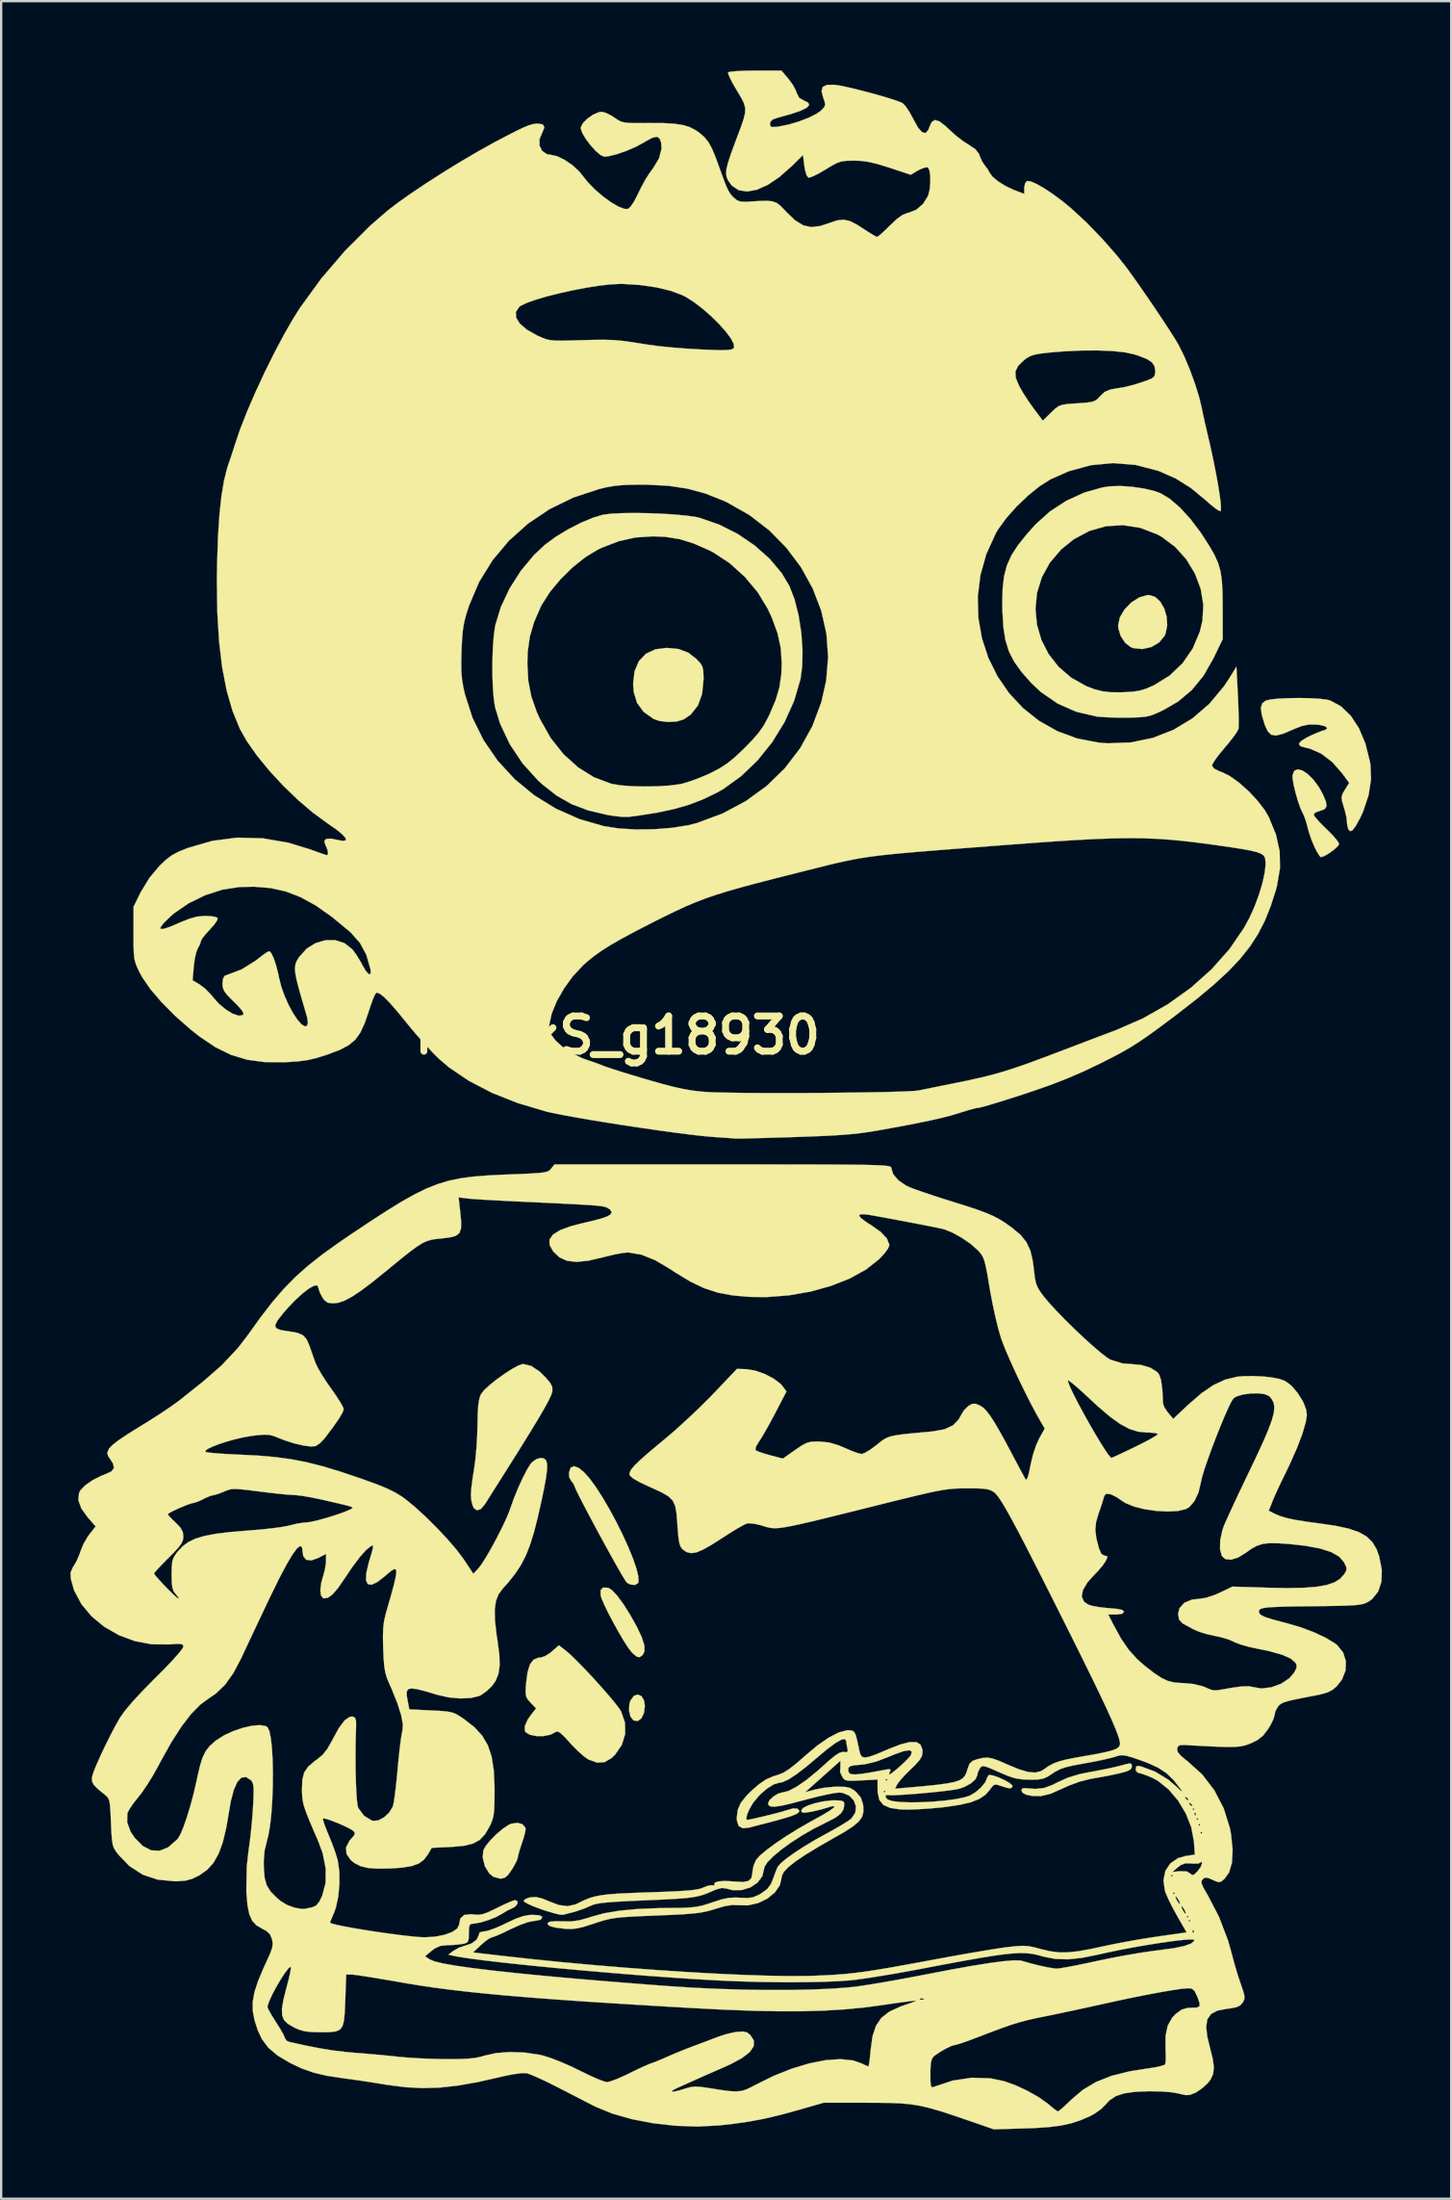
<source format=kicad_pcb>
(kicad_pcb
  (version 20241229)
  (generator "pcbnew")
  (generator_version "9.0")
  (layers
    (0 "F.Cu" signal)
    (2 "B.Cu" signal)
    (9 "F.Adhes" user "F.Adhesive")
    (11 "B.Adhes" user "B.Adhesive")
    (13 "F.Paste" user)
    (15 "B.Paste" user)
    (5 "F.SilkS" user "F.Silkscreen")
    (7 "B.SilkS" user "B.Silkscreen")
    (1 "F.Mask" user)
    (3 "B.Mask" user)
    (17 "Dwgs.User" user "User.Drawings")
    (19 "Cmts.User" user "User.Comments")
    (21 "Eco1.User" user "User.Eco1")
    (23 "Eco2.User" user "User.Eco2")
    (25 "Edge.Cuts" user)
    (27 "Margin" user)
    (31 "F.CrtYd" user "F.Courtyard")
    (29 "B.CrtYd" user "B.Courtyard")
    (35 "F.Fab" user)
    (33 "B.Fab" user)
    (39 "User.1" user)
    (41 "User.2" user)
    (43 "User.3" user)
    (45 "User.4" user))
  (footprint "F.SilkS_g18930"
    (layer "F.Cu")
    (at 23.684 41.746)
    (property "Reference" "F.SilkS_g18930" (at 0 0 0) (layer "F.SilkS") (effects (font (size 1.524 1.524) (thickness 0.3))))
    (attr through_hole)
    (fp_poly (pts (xy 1.035 28.594) (xy 1.15 28.782) (xy 1.185 29.021) (xy 1.144 29.331) (xy 1.034 29.557) (xy 0.878 29.671) (xy 0.699 29.646) (xy 0.689 29.641) (xy 0.561 29.474) (xy 0.5 29.215) (xy 0.516 28.93) (xy 0.556 28.801) (xy 0.702 28.591) (xy 0.873 28.526) (xy 1.035 28.594)) (stroke (width 0.01) (type solid)) (fill yes) (layer "F.SilkS"))
    (fp_poly (pts (xy 23.273 -18.972) (xy 23.499 -18.765) (xy 23.672 -18.464) (xy 23.777 -18.109) (xy 23.801 -17.736) (xy 23.729 -17.382) (xy 23.684 -17.28) (xy 23.449 -16.995) (xy 23.114 -16.8) (xy 22.728 -16.713) (xy 22.343 -16.75) (xy 22.218 -16.796) (xy 21.978 -16.984) (xy 21.787 -17.277) (xy 21.684 -17.612) (xy 21.675 -17.734) (xy 21.751 -18.084) (xy 21.956 -18.429) (xy 22.25 -18.73) (xy 22.595 -18.949) (xy 22.952 -19.048) (xy 23.009 -19.05) (xy 23.273 -18.972)) (stroke (width 0.01) (type solid)) (fill yes) (layer "F.SilkS"))
    (fp_poly (pts (xy -0.397 23.908) (xy -0.227 24.018) (xy -0.004 24.26) (xy 0.256 24.614) (xy 0.538 25.058) (xy 0.825 25.57) (xy 0.826 25.57) (xy 1.051 26.044) (xy 1.164 26.405) (xy 1.168 26.666) (xy 1.084 26.822) (xy 0.958 26.91) (xy 0.831 26.887) (xy 0.66 26.741) (xy 0.602 26.68) (xy 0.459 26.492) (xy 0.268 26.195) (xy 0.051 25.826) (xy -0.174 25.422) (xy -0.385 25.022) (xy -0.562 24.661) (xy -0.684 24.379) (xy -0.727 24.243) (xy -0.73 24.007) (xy -0.62 23.896) (xy -0.397 23.908)) (stroke (width 0.01) (type solid)) (fill yes) (layer "F.SilkS"))
    (fp_poly (pts (xy 2.641 -16.714) (xy 3.065 -16.555) (xy 3.415 -16.284) (xy 3.58 -16.109) (xy 3.673 -15.958) (xy 3.714 -15.774) (xy 3.725 -15.497) (xy 3.725 -15.393) (xy 3.664 -14.772) (xy 3.481 -14.268) (xy 3.175 -13.881) (xy 2.862 -13.666) (xy 2.56 -13.576) (xy 2.183 -13.556) (xy 1.811 -13.602) (xy 1.566 -13.688) (xy 1.136 -13.991) (xy 0.85 -14.377) (xy 0.703 -14.856) (xy 0.677 -15.21) (xy 0.741 -15.755) (xy 0.928 -16.191) (xy 1.232 -16.509) (xy 1.645 -16.701) (xy 2.117 -16.762) (xy 2.641 -16.714)) (stroke (width 0.01) (type solid)) (fill yes) (layer "F.SilkS"))
    (fp_poly (pts (xy -4.111 34.138) (xy -3.99 34.284) (xy -3.979 34.359) (xy -4.006 34.517) (xy -4.076 34.77) (xy -4.149 34.989) (xy -4.24 35.266) (xy -4.301 35.487) (xy -4.318 35.584) (xy -4.361 35.714) (xy -4.471 35.928) (xy -4.57 36.094) (xy -4.737 36.331) (xy -4.877 36.451) (xy -5.036 36.49) (xy -5.082 36.491) (xy -5.378 36.409) (xy -5.548 36.269) (xy -5.74 35.958) (xy -5.831 35.586) (xy -5.811 35.278) (xy -5.709 35.085) (xy -5.508 34.838) (xy -5.249 34.576) (xy -4.973 34.341) (xy -4.722 34.17) (xy -4.61 34.119) (xy -4.331 34.078) (xy -4.111 34.138)) (stroke (width 0.01) (type solid)) (fill yes) (layer "F.SilkS"))
    (fp_poly (pts (xy 22.249 31.527) (xy 22.267 31.599) (xy 22.267 31.66) (xy 22.242 31.733) (xy 22.155 31.801) (xy 21.986 31.867) (xy 21.717 31.939) (xy 21.328 32.021) (xy 20.801 32.119) (xy 20.458 32.18) (xy 20.026 32.289) (xy 19.547 32.463) (xy 19.23 32.608) (xy 18.747 32.82) (xy 18.336 32.919) (xy 17.95 32.914) (xy 17.695 32.86) (xy 17.54 32.775) (xy 17.485 32.667) (xy 17.537 32.587) (xy 17.653 32.577) (xy 18.094 32.611) (xy 18.456 32.571) (xy 18.819 32.442) (xy 19.059 32.322) (xy 19.507 32.12) (xy 20.011 31.969) (xy 20.456 31.88) (xy 20.874 31.803) (xy 21.282 31.72) (xy 21.618 31.645) (xy 21.73 31.616) (xy 22.018 31.538) (xy 22.178 31.508) (xy 22.249 31.527)) (stroke (width 0.01) (type solid)) (fill yes) (layer "F.SilkS"))
    (fp_poly (pts (xy -1.676 18.722) (xy -1.462 18.894) (xy -1.21 19.174) (xy -0.932 19.554) (xy -0.638 20.011) (xy -0.339 20.522) (xy -0.048 21.063) (xy 0.224 21.611) (xy 0.467 22.143) (xy 0.669 22.636) (xy 0.817 23.066) (xy 0.902 23.409) (xy 0.912 23.644) (xy 0.89 23.705) (xy 0.755 23.784) (xy 0.557 23.765) (xy 0.408 23.686) (xy 0.337 23.588) (xy 0.201 23.365) (xy 0.014 23.041) (xy -0.212 22.64) (xy -0.463 22.185) (xy -0.728 21.702) (xy -0.992 21.213) (xy -1.243 20.742) (xy -1.468 20.314) (xy -1.654 19.952) (xy -1.788 19.681) (xy -1.856 19.523) (xy -1.863 19.498) (xy -1.921 19.376) (xy -1.994 19.3) (xy -2.09 19.123) (xy -2.1 18.931) (xy -2.031 18.713) (xy -1.887 18.644) (xy -1.676 18.722)) (stroke (width 0.01) (type solid)) (fill yes) (layer "F.SilkS"))
    (fp_poly (pts (xy 29.648 -11.459) (xy 29.881 -11.307) (xy 30.127 -11.064) (xy 30.365 -10.743) (xy 30.533 -10.442) (xy 30.669 -10.124) (xy 30.7 -9.914) (xy 30.621 -9.787) (xy 30.427 -9.713) (xy 30.403 -9.708) (xy 30.221 -9.642) (xy 30.142 -9.554) (xy 30.141 -9.55) (xy 30.2 -9.447) (xy 30.356 -9.265) (xy 30.581 -9.034) (xy 30.692 -8.929) (xy 30.938 -8.684) (xy 31.128 -8.467) (xy 31.231 -8.313) (xy 31.242 -8.275) (xy 31.176 -8.17) (xy 31.012 -8.023) (xy 30.803 -7.872) (xy 30.599 -7.753) (xy 30.453 -7.705) (xy 30.453 -7.705) (xy 30.388 -7.774) (xy 30.279 -7.951) (xy 30.197 -8.107) (xy 30.055 -8.439) (xy 29.928 -8.817) (xy 29.886 -8.975) (xy 29.806 -9.267) (xy 29.719 -9.511) (xy 29.67 -9.61) (xy 29.572 -9.819) (xy 29.464 -10.128) (xy 29.361 -10.483) (xy 29.278 -10.828) (xy 29.23 -11.11) (xy 29.226 -11.245) (xy 29.3 -11.44) (xy 29.448 -11.507) (xy 29.648 -11.459)) (stroke (width 0.01) (type solid)) (fill yes) (layer "F.SilkS"))
    (fp_poly (pts (xy -3.739 14.307) (xy -3.365 14.556) (xy -3.097 14.821) (xy -2.91 15.046) (xy -2.825 15.214) (xy -2.818 15.381) (xy -2.828 15.44) (xy -2.879 15.588) (xy -2.991 15.822) (xy -3.171 16.151) (xy -3.423 16.584) (xy -3.753 17.129) (xy -4.165 17.794) (xy -4.664 18.589) (xy -4.848 18.881) (xy -5.109 19.292) (xy -5.348 19.671) (xy -5.548 19.987) (xy -5.687 20.209) (xy -5.73 20.277) (xy -5.91 20.493) (xy -6.078 20.555) (xy -6.216 20.461) (xy -6.265 20.363) (xy -6.322 20.158) (xy -6.344 19.915) (xy -6.328 19.6) (xy -6.273 19.178) (xy -6.211 18.796) (xy -6.154 18.377) (xy -6.106 17.86) (xy -6.073 17.315) (xy -6.061 16.891) (xy -6.051 16.394) (xy -6.029 16.033) (xy -5.993 15.778) (xy -5.939 15.594) (xy -5.903 15.519) (xy -5.766 15.348) (xy -5.527 15.128) (xy -5.224 14.886) (xy -4.893 14.649) (xy -4.572 14.442) (xy -4.298 14.292) (xy -4.106 14.225) (xy -4.088 14.224) (xy -3.739 14.307)) (stroke (width 0.01) (type solid)) (fill yes) (layer "F.SilkS"))
    (fp_poly (pts (xy -2.253 26.615) (xy -2.035 26.802) (xy -1.746 27.083) (xy -1.409 27.428) (xy -1.05 27.811) (xy -0.696 28.203) (xy -0.37 28.577) (xy -0.098 28.904) (xy 0.094 29.158) (xy 0.161 29.266) (xy 0.325 29.743) (xy 0.332 30.233) (xy 0.189 30.703) (xy -0.099 31.123) (xy -0.257 31.274) (xy -0.559 31.451) (xy -0.879 31.473) (xy -1.244 31.343) (xy -1.27 31.329) (xy -1.465 31.19) (xy -1.72 30.963) (xy -1.989 30.69) (xy -2.062 30.609) (xy -2.312 30.336) (xy -2.483 30.18) (xy -2.597 30.123) (xy -2.673 30.146) (xy -2.901 30.264) (xy -3.197 30.322) (xy -3.507 30.323) (xy -3.782 30.269) (xy -3.969 30.161) (xy -4.011 30.097) (xy -4.008 29.882) (xy -3.878 29.596) (xy -3.71 29.359) (xy -3.524 29.126) (xy -3.764 28.875) (xy -3.89 28.733) (xy -3.957 28.601) (xy -3.978 28.427) (xy -3.965 28.157) (xy -3.955 28.032) (xy -3.891 27.551) (xy -3.788 27.219) (xy -3.634 27.019) (xy -3.421 26.932) (xy -3.326 26.925) (xy -3.151 26.87) (xy -2.929 26.734) (xy -2.839 26.661) (xy -2.538 26.397) (xy -2.253 26.615)) (stroke (width 0.01) (type solid)) (fill yes) (layer "F.SilkS"))
    (fp_poly (pts (xy 29.986 -14.584) (xy 30.393 -14.561) (xy 30.708 -14.523) (xy 30.847 -14.49) (xy 31.326 -14.233) (xy 31.747 -13.827) (xy 32.101 -13.287) (xy 32.38 -12.625) (xy 32.574 -11.856) (xy 32.599 -11.712) (xy 32.625 -11.073) (xy 32.517 -10.381) (xy 32.282 -9.679) (xy 32.153 -9.401) (xy 31.966 -9.059) (xy 31.823 -8.871) (xy 31.716 -8.829) (xy 31.638 -8.925) (xy 31.633 -8.936) (xy 31.59 -9.133) (xy 31.581 -9.268) (xy 31.555 -9.461) (xy 31.489 -9.734) (xy 31.443 -9.89) (xy 31.367 -10.145) (xy 31.35 -10.311) (xy 31.398 -10.458) (xy 31.492 -10.62) (xy 31.679 -10.922) (xy 31.376 -11.335) (xy 30.943 -11.826) (xy 30.468 -12.188) (xy 29.974 -12.404) (xy 29.81 -12.441) (xy 29.573 -12.507) (xy 29.499 -12.601) (xy 29.589 -12.725) (xy 29.842 -12.883) (xy 29.986 -12.954) (xy 30.27 -13.081) (xy 30.503 -13.172) (xy 30.634 -13.208) (xy 30.635 -13.208) (xy 30.717 -13.267) (xy 30.713 -13.314) (xy 30.611 -13.382) (xy 30.382 -13.431) (xy 30.224 -13.446) (xy 29.926 -13.444) (xy 29.648 -13.388) (xy 29.32 -13.263) (xy 29.195 -13.207) (xy 28.795 -13.039) (xy 28.507 -12.97) (xy 28.304 -13.005) (xy 28.156 -13.151) (xy 28.033 -13.415) (xy 28.018 -13.459) (xy 27.893 -13.873) (xy 27.857 -14.165) (xy 27.913 -14.359) (xy 28.061 -14.477) (xy 28.088 -14.488) (xy 28.304 -14.535) (xy 28.646 -14.568) (xy 29.069 -14.587) (xy 29.53 -14.593) (xy 29.986 -14.584)) (stroke (width 0.01) (type solid)) (fill yes) (layer "F.SilkS"))
    (fp_poly (pts (xy 22.285 -23.732) (xy 22.812 -23.654) (xy 23.276 -23.541) (xy 23.505 -23.457) (xy 23.908 -23.215) (xy 24.345 -22.84) (xy 24.792 -22.356) (xy 25.224 -21.789) (xy 25.324 -21.64) (xy 25.625 -21.172) (xy 25.848 -20.784) (xy 26.005 -20.433) (xy 26.107 -20.08) (xy 26.166 -19.683) (xy 26.194 -19.203) (xy 26.202 -18.597) (xy 26.202 -18.541) (xy 26.204 -17.143) (xy 25.802 -16.31) (xy 25.372 -15.557) (xy 24.871 -14.943) (xy 24.279 -14.446) (xy 23.67 -14.091) (xy 23.358 -13.942) (xy 23.114 -13.845) (xy 22.882 -13.788) (xy 22.607 -13.76) (xy 22.234 -13.747) (xy 22.104 -13.745) (xy 21.671 -13.745) (xy 21.243 -13.757) (xy 20.887 -13.779) (xy 20.743 -13.794) (xy 19.863 -13.998) (xy 19.054 -14.354) (xy 18.325 -14.857) (xy 17.915 -15.244) (xy 17.494 -15.721) (xy 17.177 -16.163) (xy 16.949 -16.61) (xy 16.797 -17.096) (xy 16.708 -17.66) (xy 16.668 -18.338) (xy 16.666 -18.458) (xy 18.096 -18.458) (xy 18.159 -17.774) (xy 18.35 -17.114) (xy 18.664 -16.497) (xy 19.096 -15.944) (xy 19.642 -15.474) (xy 20.297 -15.107) (xy 20.639 -14.976) (xy 20.984 -14.886) (xy 21.359 -14.843) (xy 21.826 -14.84) (xy 21.886 -14.842) (xy 22.294 -14.865) (xy 22.601 -14.91) (xy 22.878 -14.993) (xy 23.194 -15.131) (xy 23.239 -15.152) (xy 23.906 -15.564) (xy 24.467 -16.099) (xy 24.908 -16.739) (xy 25.213 -17.464) (xy 25.326 -17.936) (xy 25.365 -18.623) (xy 25.251 -19.314) (xy 25 -19.982) (xy 24.625 -20.598) (xy 24.142 -21.135) (xy 23.565 -21.566) (xy 23.365 -21.676) (xy 22.633 -21.957) (xy 21.889 -22.073) (xy 21.15 -22.028) (xy 20.434 -21.824) (xy 19.756 -21.464) (xy 19.213 -21.027) (xy 18.719 -20.449) (xy 18.371 -19.815) (xy 18.165 -19.145) (xy 18.096 -18.458) (xy 16.666 -18.458) (xy 16.662 -18.669) (xy 16.675 -19.311) (xy 16.736 -19.852) (xy 16.859 -20.327) (xy 17.059 -20.773) (xy 17.353 -21.225) (xy 17.753 -21.719) (xy 18.112 -22.116) (xy 18.722 -22.665) (xy 19.435 -23.128) (xy 20.208 -23.482) (xy 20.995 -23.704) (xy 21.305 -23.752) (xy 21.761 -23.768) (xy 22.285 -23.732)) (stroke (width 0.01) (type solid)) (fill yes) (layer "F.SilkS"))
    (fp_poly (pts (xy 9.649 33.113) (xy 9.777 33.15) (xy 9.819 33.232) (xy 9.821 33.28) (xy 9.786 33.496) (xy 9.664 33.68) (xy 9.43 33.857) (xy 9.06 34.05) (xy 9.016 34.071) (xy 8.501 34.329) (xy 7.994 34.62) (xy 7.517 34.927) (xy 7.094 35.234) (xy 6.745 35.524) (xy 6.494 35.779) (xy 6.364 35.985) (xy 6.35 36.053) (xy 6.273 36.384) (xy 6.065 36.662) (xy 5.759 36.869) (xy 5.391 36.984) (xy 4.995 36.992) (xy 4.718 36.922) (xy 4.52 36.895) (xy 4.267 36.962) (xy 4.141 37.016) (xy 3.919 37.113) (xy 3.712 37.191) (xy 3.495 37.251) (xy 3.244 37.298) (xy 2.931 37.335) (xy 2.532 37.365) (xy 2.022 37.393) (xy 1.374 37.422) (xy 1.195 37.43) (xy 0.523 37.46) (xy -0.001 37.487) (xy -0.4 37.516) (xy -0.697 37.547) (xy -0.912 37.583) (xy -1.069 37.626) (xy -1.176 37.672) (xy -1.462 37.796) (xy -1.789 37.906) (xy -1.863 37.927) (xy -2.121 37.994) (xy -2.322 38.046) (xy -2.371 38.059) (xy -2.502 38.047) (xy -2.75 37.988) (xy -3.074 37.892) (xy -3.281 37.824) (xy -3.614 37.7) (xy -3.877 37.584) (xy -4.034 37.493) (xy -4.064 37.456) (xy -3.99 37.377) (xy -3.807 37.31) (xy -3.764 37.301) (xy -3.527 37.288) (xy -3.263 37.35) (xy -2.981 37.467) (xy -2.536 37.635) (xy -2.166 37.683) (xy -1.831 37.612) (xy -1.696 37.551) (xy -1.456 37.433) (xy -1.229 37.339) (xy -0.991 37.267) (xy -0.715 37.213) (xy -0.376 37.171) (xy 0.052 37.139) (xy 0.596 37.113) (xy 1.28 37.088) (xy 1.362 37.086) (xy 2.044 37.061) (xy 2.578 37.037) (xy 2.984 37.012) (xy 3.284 36.983) (xy 3.498 36.948) (xy 3.648 36.907) (xy 3.719 36.875) (xy 3.934 36.793) (xy 4.102 36.776) (xy 4.118 36.781) (xy 4.201 36.784) (xy 4.194 36.75) (xy 4.212 36.665) (xy 4.372 36.612) (xy 4.651 36.593) (xy 5.023 36.614) (xy 5.051 36.617) (xy 5.427 36.638) (xy 5.666 36.594) (xy 5.796 36.474) (xy 5.841 36.262) (xy 5.842 36.206) (xy 5.888 35.945) (xy 5.998 35.685) (xy 6 35.683) (xy 6.162 35.498) (xy 6.45 35.254) (xy 6.839 34.967) (xy 7.304 34.655) (xy 7.82 34.335) (xy 8.361 34.025) (xy 8.487 33.957) (xy 8.912 33.72) (xy 9.209 33.538) (xy 9.371 33.415) (xy 9.396 33.355) (xy 9.278 33.362) (xy 9.014 33.441) (xy 9.008 33.443) (xy 8.771 33.511) (xy 8.468 33.58) (xy 8.361 33.601) (xy 8.117 33.638) (xy 7.997 33.628) (xy 7.96 33.563) (xy 7.959 33.538) (xy 8.036 33.435) (xy 8.243 33.329) (xy 8.537 33.232) (xy 8.88 33.155) (xy 9.231 33.111) (xy 9.394 33.105) (xy 9.649 33.113)) (stroke (width 0.01) (type solid)) (fill yes) (layer "F.SilkS"))
    (fp_poly (pts (xy 1.309 -22.59) (xy 1.916 -22.567) (xy 2.494 -22.531) (xy 3.004 -22.483) (xy 3.407 -22.424) (xy 3.556 -22.39) (xy 4.398 -22.099) (xy 5.202 -21.694) (xy 5.94 -21.194) (xy 6.585 -20.621) (xy 7.112 -19.995) (xy 7.442 -19.442) (xy 7.665 -18.865) (xy 7.839 -18.176) (xy 7.956 -17.428) (xy 8.011 -16.672) (xy 7.997 -15.962) (xy 7.924 -15.419) (xy 7.65 -14.476) (xy 7.237 -13.557) (xy 6.703 -12.689) (xy 6.068 -11.898) (xy 5.351 -11.21) (xy 4.573 -10.65) (xy 4.254 -10.472) (xy 3.674 -10.197) (xy 3.084 -9.972) (xy 2.449 -9.789) (xy 1.732 -9.636) (xy 0.898 -9.504) (xy 0.466 -9.448) (xy 0.257 -9.448) (xy -0.053 -9.476) (xy -0.399 -9.527) (xy -0.423 -9.532) (xy -1.264 -9.728) (xy -1.988 -10.002) (xy -2.643 -10.376) (xy -3.271 -10.872) (xy -3.445 -11.033) (xy -4.112 -11.77) (xy -4.662 -12.595) (xy -5.078 -13.475) (xy -5.296 -14.182) (xy -5.355 -14.549) (xy -5.394 -15.039) (xy -5.414 -15.605) (xy -5.413 -16.087) (xy -3.903 -16.087) (xy -3.862 -15.336) (xy -3.73 -14.657) (xy -3.491 -13.978) (xy -3.353 -13.674) (xy -2.892 -12.862) (xy -2.34 -12.165) (xy -1.71 -11.595) (xy -1.019 -11.164) (xy -0.278 -10.886) (xy -0.221 -10.872) (xy 0.152 -10.812) (xy 0.639 -10.775) (xy 1.19 -10.763) (xy 1.752 -10.773) (xy 2.272 -10.807) (xy 2.698 -10.864) (xy 2.794 -10.884) (xy 3.134 -10.985) (xy 3.547 -11.137) (xy 3.958 -11.311) (xy 4.056 -11.358) (xy 4.431 -11.554) (xy 4.756 -11.767) (xy 5.083 -12.032) (xy 5.46 -12.388) (xy 5.506 -12.434) (xy 5.862 -12.8) (xy 6.125 -13.106) (xy 6.329 -13.401) (xy 6.511 -13.733) (xy 6.586 -13.885) (xy 6.848 -14.502) (xy 7.013 -15.06) (xy 7.095 -15.629) (xy 7.112 -16.115) (xy 7.069 -16.76) (xy 6.933 -17.389) (xy 6.69 -18.054) (xy 6.504 -18.457) (xy 6.075 -19.166) (xy 5.516 -19.833) (xy 4.866 -20.42) (xy 4.164 -20.886) (xy 3.979 -20.982) (xy 3.306 -21.278) (xy 2.692 -21.468) (xy 2.08 -21.567) (xy 1.54 -21.59) (xy 0.781 -21.54) (xy 0.065 -21.382) (xy -0.669 -21.1) (xy -0.847 -21.016) (xy -1.386 -20.692) (xy -1.94 -20.25) (xy -2.468 -19.731) (xy -2.927 -19.178) (xy -3.277 -18.632) (xy -3.323 -18.542) (xy -3.612 -17.874) (xy -3.795 -17.254) (xy -3.885 -16.613) (xy -3.903 -16.087) (xy -5.413 -16.087) (xy -5.413 -16.202) (xy -5.394 -16.782) (xy -5.354 -17.301) (xy -5.296 -17.713) (xy -5.29 -17.738) (xy -5.049 -18.531) (xy -4.672 -19.331) (xy -4.184 -20.096) (xy -3.612 -20.783) (xy -3.139 -21.225) (xy -2.676 -21.565) (xy -2.138 -21.892) (xy -1.577 -22.179) (xy -1.042 -22.401) (xy -0.62 -22.525) (xy -0.291 -22.567) (xy 0.166 -22.591) (xy 0.712 -22.599) (xy 1.309 -22.59)) (stroke (width 0.01) (type solid)) (fill yes) (layer "F.SilkS"))
    (fp_poly (pts (xy 7.397 -41.392) (xy 7.58 -41.144) (xy 7.714 -40.899) (xy 7.751 -40.792) (xy 7.865 -40.565) (xy 8.056 -40.454) (xy 8.253 -40.356) (xy 8.3 -40.25) (xy 8.193 -40.133) (xy 7.927 -40.004) (xy 7.5 -39.859) (xy 6.964 -39.71) (xy 6.726 -39.629) (xy 6.62 -39.528) (xy 6.604 -39.442) (xy 6.619 -39.338) (xy 6.694 -39.297) (xy 6.871 -39.306) (xy 7.006 -39.325) (xy 7.423 -39.41) (xy 7.863 -39.542) (xy 8.277 -39.701) (xy 8.614 -39.869) (xy 8.808 -40.007) (xy 8.951 -40.157) (xy 8.996 -40.278) (xy 8.955 -40.444) (xy 8.911 -40.56) (xy 8.835 -40.85) (xy 8.886 -41.035) (xy 9.072 -41.124) (xy 9.393 -41.127) (xy 9.64 -41.09) (xy 9.994 -41.015) (xy 10.417 -40.914) (xy 10.874 -40.797) (xy 11.326 -40.672) (xy 11.739 -40.551) (xy 12.074 -40.442) (xy 12.296 -40.357) (xy 12.345 -40.331) (xy 12.477 -40.195) (xy 12.641 -39.953) (xy 12.802 -39.657) (xy 12.81 -39.64) (xy 13.011 -39.277) (xy 13.187 -39.076) (xy 13.336 -39.039) (xy 13.456 -39.167) (xy 13.507 -39.303) (xy 13.606 -39.52) (xy 13.743 -39.602) (xy 13.935 -39.545) (xy 14.195 -39.348) (xy 14.356 -39.196) (xy 14.646 -38.935) (xy 14.96 -38.692) (xy 15.209 -38.531) (xy 15.5 -38.336) (xy 15.652 -38.135) (xy 15.675 -38.068) (xy 15.781 -37.819) (xy 15.9 -37.644) (xy 16.039 -37.461) (xy 16.11 -37.326) (xy 16.237 -37.149) (xy 16.482 -36.946) (xy 16.802 -36.747) (xy 17.156 -36.58) (xy 17.182 -36.57) (xy 17.611 -36.407) (xy 17.611 -36.664) (xy 17.645 -36.859) (xy 17.727 -36.965) (xy 17.885 -36.949) (xy 18.145 -36.838) (xy 18.48 -36.646) (xy 18.865 -36.389) (xy 19.275 -36.084) (xy 19.644 -35.78) (xy 20.317 -35.157) (xy 21.003 -34.447) (xy 21.644 -33.715) (xy 22.026 -33.232) (xy 22.276 -32.89) (xy 22.576 -32.466) (xy 22.906 -31.99) (xy 23.245 -31.494) (xy 23.571 -31.007) (xy 23.864 -30.561) (xy 24.104 -30.187) (xy 24.268 -29.915) (xy 24.284 -29.887) (xy 24.527 -29.401) (xy 24.773 -28.818) (xy 24.999 -28.204) (xy 25.18 -27.622) (xy 25.273 -27.241) (xy 25.349 -26.88) (xy 25.424 -26.534) (xy 25.481 -26.289) (xy 25.636 -25.633) (xy 25.777 -24.99) (xy 25.899 -24.383) (xy 26 -23.834) (xy 26.074 -23.366) (xy 26.119 -23.001) (xy 26.129 -22.762) (xy 26.114 -22.682) (xy 26.035 -22.7) (xy 25.864 -22.815) (xy 25.631 -23.005) (xy 25.488 -23.133) (xy 24.832 -23.677) (xy 24.176 -24.089) (xy 23.468 -24.402) (xy 23.379 -24.434) (xy 22.424 -24.68) (xy 21.463 -24.758) (xy 20.504 -24.668) (xy 19.553 -24.411) (xy 18.754 -24.06) (xy 18.284 -23.763) (xy 17.779 -23.357) (xy 17.282 -22.882) (xy 16.835 -22.379) (xy 16.479 -21.891) (xy 16.384 -21.731) (xy 15.971 -20.827) (xy 15.711 -19.906) (xy 15.598 -18.981) (xy 15.623 -18.067) (xy 15.778 -17.178) (xy 16.058 -16.328) (xy 16.453 -15.531) (xy 16.956 -14.801) (xy 17.56 -14.154) (xy 18.257 -13.602) (xy 19.04 -13.16) (xy 19.901 -12.842) (xy 20.832 -12.663) (xy 21.226 -12.633) (xy 22.227 -12.671) (xy 23.181 -12.868) (xy 24.074 -13.218) (xy 24.894 -13.712) (xy 25.63 -14.347) (xy 26.268 -15.113) (xy 26.487 -15.445) (xy 26.797 -15.948) (xy 26.861 -14.684) (xy 26.881 -14.226) (xy 26.893 -13.818) (xy 26.896 -13.496) (xy 26.889 -13.292) (xy 26.884 -13.25) (xy 26.813 -13.116) (xy 26.655 -12.893) (xy 26.437 -12.617) (xy 26.291 -12.446) (xy 26.056 -12.162) (xy 25.87 -11.912) (xy 25.76 -11.731) (xy 25.739 -11.67) (xy 25.822 -11.544) (xy 26.072 -11.419) (xy 26.162 -11.388) (xy 26.511 -11.216) (xy 26.907 -10.933) (xy 27.313 -10.573) (xy 27.693 -10.171) (xy 28.01 -9.762) (xy 28.195 -9.451) (xy 28.508 -8.688) (xy 28.67 -7.959) (xy 28.683 -7.229) (xy 28.552 -6.461) (xy 28.496 -6.254) (xy 28.276 -5.572) (xy 28.027 -4.954) (xy 27.732 -4.381) (xy 27.379 -3.836) (xy 26.952 -3.301) (xy 26.437 -2.758) (xy 25.819 -2.19) (xy 25.085 -1.577) (xy 24.22 -0.904) (xy 24.059 -0.783) (xy 23.488 -0.356) (xy 23.017 -0.014) (xy 22.61 0.266) (xy 22.235 0.505) (xy 21.858 0.724) (xy 21.444 0.945) (xy 20.961 1.189) (xy 20.894 1.222) (xy 20.181 1.562) (xy 19.495 1.859) (xy 18.781 2.137) (xy 17.98 2.418) (xy 17.615 2.539) (xy 17.083 2.711) (xy 16.599 2.863) (xy 16.188 2.988) (xy 15.876 3.079) (xy 15.687 3.127) (xy 15.648 3.133) (xy 15.498 3.158) (xy 15.24 3.226) (xy 14.926 3.322) (xy 14.882 3.337) (xy 14.515 3.449) (xy 14.079 3.563) (xy 13.554 3.683) (xy 12.918 3.814) (xy 12.154 3.96) (xy 11.343 4.107) (xy 10.925 4.177) (xy 10.521 4.234) (xy 10.099 4.279) (xy 9.629 4.317) (xy 9.08 4.349) (xy 8.422 4.377) (xy 7.662 4.404) (xy 7.032 4.423) (xy 6.456 4.44) (xy 5.956 4.454) (xy 5.554 4.464) (xy 5.272 4.469) (xy 5.132 4.47) (xy 5.122 4.469) (xy 5.006 4.459) (xy 4.762 4.441) (xy 4.43 4.419) (xy 4.191 4.403) (xy 3.781 4.368) (xy 3.239 4.308) (xy 2.591 4.226) (xy 1.868 4.128) (xy 1.098 4.017) (xy 0.309 3.899) (xy -0.47 3.777) (xy -1.21 3.656) (xy -1.882 3.539) (xy -2.458 3.433) (xy -2.91 3.34) (xy -3.081 3.3) (xy -4.31 2.936) (xy -5.432 2.491) (xy -6.432 1.972) (xy -7.296 1.387) (xy -7.721 1.026) (xy -8.004 0.745) (xy -8.35 0.374) (xy -8.717 -0.042) (xy -8.933 -0.3) (xy -2.963 -0.3) (xy -2.887 -0.047) (xy -2.677 0.232) (xy -2.362 0.513) (xy -1.971 0.773) (xy -1.532 0.99) (xy -1.228 1.099) (xy -0.938 1.195) (xy -0.668 1.299) (xy -0.635 1.314) (xy -0.476 1.372) (xy -0.184 1.469) (xy 0.21 1.594) (xy 0.677 1.737) (xy 1.187 1.89) (xy 1.222 1.9) (xy 1.871 2.086) (xy 2.399 2.225) (xy 2.846 2.324) (xy 3.25 2.393) (xy 3.65 2.439) (xy 3.762 2.448) (xy 4.06 2.465) (xy 4.492 2.478) (xy 5.035 2.488) (xy 5.671 2.495) (xy 6.378 2.499) (xy 7.136 2.5) (xy 7.925 2.499) (xy 8.725 2.495) (xy 9.514 2.488) (xy 10.273 2.479) (xy 10.982 2.468) (xy 11.62 2.455) (xy 12.166 2.44) (xy 12.6 2.424) (xy 12.903 2.405) (xy 13.039 2.389) (xy 13.266 2.342) (xy 13.614 2.271) (xy 14.039 2.185) (xy 14.495 2.094) (xy 14.563 2.08) (xy 15.198 1.95) (xy 15.748 1.827) (xy 16.25 1.702) (xy 16.738 1.562) (xy 17.25 1.398) (xy 17.82 1.199) (xy 18.484 0.953) (xy 19.05 0.739) (xy 19.631 0.518) (xy 20.192 0.304) (xy 20.702 0.11) (xy 21.133 -0.053) (xy 21.455 -0.174) (xy 21.59 -0.225) (xy 22.746 -0.729) (xy 23.833 -1.345) (xy 24.831 -2.06) (xy 25.724 -2.858) (xy 26.494 -3.724) (xy 27.124 -4.644) (xy 27.361 -5.08) (xy 27.584 -5.575) (xy 27.774 -6.086) (xy 27.923 -6.582) (xy 28.022 -7.031) (xy 28.064 -7.401) (xy 28.041 -7.661) (xy 28.02 -7.713) (xy 27.96 -7.791) (xy 27.858 -7.859) (xy 27.693 -7.922) (xy 27.447 -7.984) (xy 27.1 -8.05) (xy 26.632 -8.125) (xy 26.025 -8.213) (xy 25.696 -8.259) (xy 25.057 -8.343) (xy 24.462 -8.412) (xy 23.892 -8.465) (xy 23.327 -8.503) (xy 22.749 -8.525) (xy 22.139 -8.531) (xy 21.477 -8.521) (xy 20.744 -8.495) (xy 19.921 -8.453) (xy 18.989 -8.394) (xy 17.929 -8.32) (xy 16.721 -8.229) (xy 16.595 -8.219) (xy 15.47 -8.133) (xy 14.498 -8.058) (xy 13.66 -7.992) (xy 12.942 -7.933) (xy 12.325 -7.879) (xy 11.794 -7.828) (xy 11.332 -7.777) (xy 10.921 -7.724) (xy 10.545 -7.667) (xy 10.189 -7.603) (xy 9.833 -7.53) (xy 9.463 -7.447) (xy 9.062 -7.35) (xy 8.612 -7.238) (xy 8.097 -7.108) (xy 7.789 -7.031) (xy 6.846 -6.793) (xy 6.044 -6.586) (xy 5.362 -6.403) (xy 4.778 -6.236) (xy 4.267 -6.078) (xy 3.809 -5.921) (xy 3.38 -5.756) (xy 2.958 -5.577) (xy 2.52 -5.376) (xy 2.044 -5.145) (xy 1.556 -4.9) (xy 0.816 -4.521) (xy 0.209 -4.196) (xy -0.289 -3.911) (xy -0.698 -3.652) (xy -1.042 -3.407) (xy -1.343 -3.16) (xy -1.492 -3.025) (xy -1.932 -2.554) (xy -2.317 -2.024) (xy -2.629 -1.472) (xy -2.849 -0.933) (xy -2.956 -0.444) (xy -2.963 -0.3) (xy -8.933 -0.3) (xy -9.065 -0.458) (xy -9.119 -0.525) (xy -9.533 -1.031) (xy -9.861 -1.407) (xy -10.112 -1.661) (xy -10.295 -1.804) (xy -10.421 -1.843) (xy -10.443 -1.839) (xy -10.504 -1.751) (xy -10.596 -1.538) (xy -10.704 -1.239) (xy -10.753 -1.085) (xy -10.94 -0.536) (xy -11.129 -0.122) (xy -11.351 0.189) (xy -11.638 0.429) (xy -12.019 0.629) (xy -12.525 0.822) (xy -12.625 0.856) (xy -13.044 0.987) (xy -13.416 1.073) (xy -13.807 1.127) (xy -14.286 1.16) (xy -14.414 1.166) (xy -15.269 1.161) (xy -16.028 1.059) (xy -16.73 0.848) (xy -17.41 0.515) (xy -18.105 0.046) (xy -18.483 -0.253) (xy -19.153 -0.843) (xy -19.736 -1.429) (xy -20.215 -1.988) (xy -20.57 -2.501) (xy -20.684 -2.709) (xy -20.793 -2.936) (xy -20.868 -3.126) (xy -20.915 -3.316) (xy -20.94 -3.548) (xy -20.951 -3.861) (xy -20.952 -4.295) (xy -20.952 -4.413) (xy -20.952 -4.68) (xy -19.782 -4.68) (xy -19.78 -4.597) (xy -19.638 -4.605) (xy -19.355 -4.701) (xy -18.978 -4.863) (xy -18.558 -5.035) (xy -18.218 -5.131) (xy -17.897 -5.164) (xy -17.838 -5.165) (xy -17.569 -5.149) (xy -17.373 -5.109) (xy -17.309 -5.072) (xy -17.335 -4.969) (xy -17.457 -4.79) (xy -17.643 -4.582) (xy -17.844 -4.363) (xy -17.985 -4.181) (xy -18.034 -4.079) (xy -18.077 -3.934) (xy -18.165 -3.773) (xy -18.239 -3.588) (xy -18.304 -3.297) (xy -18.346 -2.976) (xy -18.397 -2.379) (xy -18.09 -2.198) (xy -17.851 -2.016) (xy -17.607 -1.768) (xy -17.526 -1.667) (xy -17.271 -1.378) (xy -16.97 -1.124) (xy -16.669 -0.937) (xy -16.413 -0.85) (xy -16.37 -0.847) (xy -16.223 -0.87) (xy -16.189 -0.949) (xy -16.275 -1.098) (xy -16.486 -1.33) (xy -16.637 -1.478) (xy -16.883 -1.726) (xy -17.024 -1.909) (xy -17.089 -2.072) (xy -17.103 -2.235) (xy -17.076 -2.451) (xy -17.01 -2.57) (xy -16.997 -2.576) (xy -16.273 -2.85) (xy -15.668 -3.226) (xy -15.612 -3.27) (xy -15.374 -3.456) (xy -15.184 -3.588) (xy -15.082 -3.641) (xy -15.081 -3.641) (xy -14.995 -3.563) (xy -14.893 -3.354) (xy -14.788 -3.05) (xy -14.693 -2.685) (xy -14.654 -2.493) (xy -14.557 -2.107) (xy -14.414 -1.707) (xy -14.24 -1.317) (xy -14.049 -0.963) (xy -13.857 -0.673) (xy -13.678 -0.47) (xy -13.528 -0.383) (xy -13.443 -0.409) (xy -13.402 -0.531) (xy -13.434 -0.762) (xy -13.485 -0.948) (xy -13.668 -1.572) (xy -13.805 -2.056) (xy -13.898 -2.426) (xy -13.95 -2.703) (xy -13.964 -2.911) (xy -13.942 -3.073) (xy -13.888 -3.214) (xy -13.803 -3.355) (xy -13.777 -3.393) (xy -13.455 -3.749) (xy -13.065 -3.991) (xy -12.64 -4.114) (xy -12.213 -4.114) (xy -11.817 -3.986) (xy -11.487 -3.726) (xy -11.47 -3.708) (xy -11.3 -3.473) (xy -11.118 -3.176) (xy -11.043 -3.036) (xy -10.894 -2.782) (xy -10.773 -2.648) (xy -10.696 -2.641) (xy -10.68 -2.77) (xy -10.694 -2.86) (xy -10.872 -3.48) (xy -11.146 -3.992) (xy -11.542 -4.44) (xy -11.626 -4.515) (xy -12.375 -5.132) (xy -13.062 -5.615) (xy -13.715 -5.975) (xy -14.36 -6.224) (xy -15.024 -6.371) (xy -15.734 -6.429) (xy -16.374 -6.415) (xy -17.1 -6.303) (xy -17.848 -6.062) (xy -18.563 -5.713) (xy -19.194 -5.281) (xy -19.376 -5.122) (xy -19.647 -4.855) (xy -19.782 -4.68) (xy -20.952 -4.68) (xy -20.949 -5.566) (xy -20.639 -6.195) (xy -20.261 -6.815) (xy -19.831 -7.328) (xy -19.545 -7.599) (xy -19.285 -7.793) (xy -18.985 -7.951) (xy -18.605 -8.104) (xy -17.547 -8.411) (xy -16.465 -8.551) (xy -15.363 -8.524) (xy -14.243 -8.33) (xy -13.306 -8.043) (xy -12.99 -7.929) (xy -12.739 -7.842) (xy -12.592 -7.794) (xy -12.571 -7.789) (xy -12.53 -7.855) (xy -12.55 -8.009) (xy -12.618 -8.185) (xy -12.634 -8.212) (xy -12.697 -8.393) (xy -12.618 -8.494) (xy -12.408 -8.51) (xy -12.194 -8.467) (xy -11.907 -8.411) (xy -11.764 -8.432) (xy -11.765 -8.526) (xy -11.906 -8.689) (xy -12.185 -8.915) (xy -12.546 -9.165) (xy -13.18 -9.627) (xy -13.831 -10.181) (xy -14.471 -10.798) (xy -15.072 -11.448) (xy -15.607 -12.101) (xy -16.047 -12.727) (xy -16.344 -13.25) (xy -16.662 -14.023) (xy -16.917 -14.904) (xy -17.112 -15.905) (xy -17.139 -16.125) (xy -6.765 -16.125) (xy -6.759 -15.726) (xy -6.729 -15.386) (xy -6.672 -15.048) (xy -6.611 -14.774) (xy -6.279 -13.739) (xy -5.8 -12.77) (xy -5.187 -11.88) (xy -4.451 -11.081) (xy -3.607 -10.386) (xy -2.666 -9.805) (xy -1.643 -9.352) (xy -0.593 -9.049) (xy 0.06 -8.949) (xy 0.807 -8.905) (xy 1.594 -8.915) (xy 2.364 -8.976) (xy 3.061 -9.088) (xy 3.429 -9.18) (xy 4.541 -9.592) (xy 5.554 -10.131) (xy 6.458 -10.787) (xy 7.245 -11.553) (xy 7.907 -12.417) (xy 8.437 -13.373) (xy 8.825 -14.41) (xy 9.036 -15.341) (xy 9.121 -16.366) (xy 9.046 -17.385) (xy 8.819 -18.382) (xy 8.449 -19.343) (xy 7.946 -20.251) (xy 7.317 -21.09) (xy 6.572 -21.847) (xy 5.72 -22.505) (xy 4.768 -23.048) (xy 4.6 -23.127) (xy 3.812 -23.44) (xy 3.028 -23.653) (xy 2.197 -23.777) (xy 1.267 -23.824) (xy 1.185 -23.824) (xy 0.642 -23.822) (xy 0.219 -23.806) (xy -0.133 -23.772) (xy -0.463 -23.715) (xy -0.804 -23.634) (xy -1.915 -23.266) (xy -2.943 -22.765) (xy -3.875 -22.139) (xy -4.701 -21.4) (xy -5.408 -20.558) (xy -5.986 -19.624) (xy -6.421 -18.607) (xy -6.437 -18.563) (xy -6.559 -18.178) (xy -6.642 -17.85) (xy -6.696 -17.52) (xy -6.73 -17.133) (xy -6.753 -16.637) (xy -6.765 -16.125) (xy -17.139 -16.125) (xy -17.247 -17.033) (xy -17.324 -18.298) (xy -17.344 -19.71) (xy -17.332 -20.474) (xy -17.294 -21.58) (xy -17.232 -22.53) (xy -17.145 -23.336) (xy -17.033 -24.009) (xy -16.893 -24.562) (xy -16.84 -24.723) (xy -16.722 -25.065) (xy -16.608 -25.414) (xy -16.559 -25.569) (xy -16.336 -26.227) (xy -16.037 -26.987) (xy -15.68 -27.813) (xy -15.285 -28.665) (xy -15.258 -28.72) (xy 17.227 -28.72) (xy 17.245 -28.442) (xy 17.391 -28.093) (xy 17.565 -27.789) (xy 17.795 -27.434) (xy 18.019 -27.12) (xy 18.415 -26.596) (xy 18.774 -26.946) (xy 18.95 -27.112) (xy 19.095 -27.218) (xy 19.258 -27.279) (xy 19.486 -27.314) (xy 19.827 -27.339) (xy 19.902 -27.343) (xy 20.27 -27.369) (xy 20.512 -27.4) (xy 20.67 -27.452) (xy 20.787 -27.536) (xy 20.898 -27.657) (xy 21.096 -27.841) (xy 21.337 -27.941) (xy 21.548 -27.979) (xy 21.976 -28.051) (xy 22.409 -28.162) (xy 22.918 -28.331) (xy 22.924 -28.333) (xy 23.148 -28.427) (xy 23.253 -28.527) (xy 23.282 -28.685) (xy 23.283 -28.747) (xy 23.252 -28.953) (xy 23.142 -29.117) (xy 22.928 -29.257) (xy 22.584 -29.395) (xy 22.364 -29.466) (xy 21.963 -29.552) (xy 21.426 -29.608) (xy 20.782 -29.634) (xy 20.064 -29.629) (xy 19.301 -29.592) (xy 18.757 -29.547) (xy 18.352 -29.502) (xy 18.071 -29.454) (xy 17.872 -29.389) (xy 17.708 -29.295) (xy 17.614 -29.223) (xy 17.347 -28.966) (xy 17.227 -28.72) (xy -15.258 -28.72) (xy -14.867 -29.508) (xy -14.447 -30.301) (xy -14.041 -31.008) (xy -13.858 -31.298) (xy -4.4 -31.298) (xy -4.389 -31.052) (xy -4.229 -30.794) (xy -3.928 -30.535) (xy -3.495 -30.288) (xy -3.437 -30.261) (xy -3.245 -30.176) (xy -3.08 -30.116) (xy -2.908 -30.078) (xy -2.695 -30.059) (xy -2.408 -30.055) (xy -2.013 -30.063) (xy -1.575 -30.076) (xy -1.016 -30.091) (xy -0.574 -30.095) (xy -0.196 -30.083) (xy 0.172 -30.052) (xy 0.582 -29.998) (xy 1.086 -29.919) (xy 1.266 -29.889) (xy 1.73 -29.825) (xy 2.313 -29.765) (xy 2.965 -29.713) (xy 3.635 -29.673) (xy 4.274 -29.648) (xy 4.384 -29.646) (xy 4.726 -29.648) (xy 4.932 -29.673) (xy 5.032 -29.729) (xy 5.049 -29.758) (xy 5.031 -29.927) (xy 4.898 -30.172) (xy 4.673 -30.47) (xy 4.377 -30.799) (xy 4.034 -31.134) (xy 3.665 -31.455) (xy 3.294 -31.737) (xy 2.943 -31.958) (xy 2.82 -32.021) (xy 2.307 -32.212) (xy 1.676 -32.363) (xy 0.974 -32.465) (xy 0.252 -32.51) (xy 0.11 -32.512) (xy -0.308 -32.491) (xy -0.812 -32.433) (xy -1.372 -32.344) (xy -1.957 -32.231) (xy -2.538 -32.102) (xy -3.083 -31.964) (xy -3.562 -31.822) (xy -3.944 -31.685) (xy -4.2 -31.559) (xy -4.255 -31.518) (xy -4.4 -31.298) (xy -13.858 -31.298) (xy -13.749 -31.471) (xy -12.829 -32.737) (xy -11.802 -33.937) (xy -10.704 -35.032) (xy -9.948 -35.687) (xy -9.5 -36.03) (xy -8.933 -36.43) (xy -8.279 -36.868) (xy -7.571 -37.322) (xy -6.84 -37.772) (xy -6.118 -38.197) (xy -5.438 -38.578) (xy -5.292 -38.657) (xy -4.768 -38.933) (xy -4.368 -39.137) (xy -4.067 -39.28) (xy -3.84 -39.372) (xy -3.662 -39.424) (xy -3.509 -39.446) (xy -3.455 -39.448) (xy -3.237 -39.413) (xy -3.165 -39.293) (xy -3.241 -39.091) (xy -3.252 -39.073) (xy -3.376 -38.775) (xy -3.374 -38.492) (xy -3.26 -38.262) (xy -3.05 -38.123) (xy -2.894 -38.099) (xy -2.613 -38.037) (xy -2.279 -37.873) (xy -1.941 -37.641) (xy -1.651 -37.372) (xy -1.53 -37.22) (xy -1.275 -36.901) (xy -0.961 -36.583) (xy -0.616 -36.288) (xy -0.27 -36.037) (xy 0.047 -35.853) (xy 0.307 -35.756) (xy 0.459 -35.757) (xy 0.571 -35.86) (xy 0.712 -36.067) (xy 0.813 -36.257) (xy 1.033 -36.704) (xy 1.218 -37.042) (xy 1.398 -37.321) (xy 1.549 -37.525) (xy 1.799 -37.942) (xy 1.906 -38.353) (xy 1.892 -38.61) (xy 1.827 -38.801) (xy 1.714 -38.878) (xy 1.53 -38.844) (xy 1.249 -38.697) (xy 1.148 -38.635) (xy 0.796 -38.445) (xy 0.387 -38.268) (xy -0.024 -38.125) (xy -0.381 -38.036) (xy -0.568 -38.016) (xy -0.728 -38.083) (xy -0.936 -38.259) (xy -1.158 -38.503) (xy -1.364 -38.775) (xy -1.518 -39.033) (xy -1.59 -39.239) (xy -1.59 -39.282) (xy -1.5 -39.465) (xy -1.303 -39.663) (xy -1.053 -39.836) (xy -0.801 -39.943) (xy -0.691 -39.96) (xy -0.508 -39.914) (xy -0.266 -39.793) (xy -0.141 -39.712) (xy 0.003 -39.614) (xy 0.13 -39.545) (xy 0.276 -39.502) (xy 0.472 -39.478) (xy 0.754 -39.469) (xy 1.156 -39.47) (xy 1.398 -39.472) (xy 2.002 -39.468) (xy 2.47 -39.441) (xy 2.835 -39.386) (xy 3.128 -39.296) (xy 3.383 -39.163) (xy 3.537 -39.058) (xy 3.759 -38.867) (xy 3.937 -38.647) (xy 4.096 -38.357) (xy 4.261 -37.957) (xy 4.329 -37.771) (xy 4.503 -37.288) (xy 4.633 -36.937) (xy 4.733 -36.691) (xy 4.816 -36.521) (xy 4.893 -36.401) (xy 4.978 -36.302) (xy 5.019 -36.26) (xy 5.174 -36.129) (xy 5.34 -36.071) (xy 5.583 -36.064) (xy 5.688 -36.07) (xy 6.148 -36.099) (xy 6.476 -36.107) (xy 6.709 -36.083) (xy 6.886 -36.019) (xy 7.044 -35.903) (xy 7.22 -35.726) (xy 7.313 -35.625) (xy 7.689 -35.264) (xy 8.035 -35.048) (xy 8.386 -34.969) (xy 8.778 -35.016) (xy 9.144 -35.137) (xy 9.499 -35.257) (xy 9.787 -35.291) (xy 10.06 -35.232) (xy 10.374 -35.072) (xy 10.603 -34.925) (xy 10.876 -34.747) (xy 11.096 -34.614) (xy 11.225 -34.547) (xy 11.239 -34.544) (xy 11.327 -34.6) (xy 11.499 -34.75) (xy 11.724 -34.965) (xy 11.802 -35.043) (xy 12.105 -35.328) (xy 12.346 -35.499) (xy 12.562 -35.583) (xy 12.607 -35.591) (xy 12.939 -35.722) (xy 13.234 -35.978) (xy 13.444 -36.317) (xy 13.457 -36.349) (xy 13.517 -36.593) (xy 13.545 -36.887) (xy 13.542 -37.179) (xy 13.509 -37.416) (xy 13.447 -37.548) (xy 13.432 -37.557) (xy 13.293 -37.544) (xy 13.082 -37.459) (xy 13.006 -37.417) (xy 12.696 -37.234) (xy 11.775 -37.54) (xy 11.283 -37.693) (xy 10.891 -37.788) (xy 10.543 -37.835) (xy 10.239 -37.846) (xy 9.929 -37.84) (xy 9.699 -37.811) (xy 9.49 -37.739) (xy 9.243 -37.606) (xy 9 -37.457) (xy 8.706 -37.286) (xy 8.457 -37.164) (xy 8.294 -37.11) (xy 8.263 -37.112) (xy 8.188 -37.216) (xy 8.121 -37.441) (xy 8.091 -37.622) (xy 8.033 -38.089) (xy 7.546 -37.608) (xy 7.015 -37.139) (xy 6.508 -36.798) (xy 6.036 -36.587) (xy 5.611 -36.51) (xy 5.245 -36.568) (xy 4.949 -36.765) (xy 4.783 -37.002) (xy 4.725 -37.14) (xy 4.703 -37.292) (xy 4.72 -37.484) (xy 4.783 -37.742) (xy 4.896 -38.093) (xy 5.067 -38.562) (xy 5.163 -38.82) (xy 5.342 -39.294) (xy 5.462 -39.645) (xy 5.525 -39.909) (xy 5.53 -40.123) (xy 5.478 -40.323) (xy 5.369 -40.545) (xy 5.202 -40.825) (xy 5.167 -40.882) (xy 4.989 -41.19) (xy 4.858 -41.447) (xy 4.791 -41.617) (xy 4.788 -41.663) (xy 4.886 -41.692) (xy 5.12 -41.715) (xy 5.459 -41.732) (xy 5.868 -41.74) (xy 5.967 -41.741) (xy 7.099 -41.741) (xy 7.397 -41.392)) (stroke (width 0.01) (type solid)) (fill yes) (layer "F.SilkS"))
    (fp_poly (pts (xy 5.844 5.588) (xy 6.966 5.589) (xy 7.939 5.59) (xy 8.774 5.592) (xy 9.481 5.595) (xy 10.072 5.6) (xy 10.556 5.605) (xy 10.944 5.613) (xy 11.247 5.623) (xy 11.474 5.634) (xy 11.637 5.648) (xy 11.746 5.665) (xy 11.812 5.684) (xy 11.844 5.706) (xy 11.854 5.732) (xy 11.854 5.736) (xy 11.934 6.005) (xy 12.153 6.269) (xy 12.482 6.497) (xy 12.639 6.572) (xy 12.879 6.664) (xy 13.242 6.791) (xy 13.687 6.94) (xy 14.174 7.097) (xy 14.458 7.185) (xy 15.083 7.381) (xy 15.574 7.544) (xy 15.961 7.687) (xy 16.274 7.823) (xy 16.543 7.964) (xy 16.797 8.124) (xy 17.066 8.316) (xy 17.079 8.326) (xy 17.448 8.635) (xy 17.706 8.952) (xy 17.877 9.319) (xy 17.983 9.783) (xy 18.025 10.116) (xy 18.068 10.483) (xy 18.122 10.74) (xy 18.209 10.946) (xy 18.349 11.16) (xy 18.45 11.294) (xy 18.693 11.584) (xy 19.015 11.934) (xy 19.39 12.319) (xy 19.794 12.716) (xy 20.202 13.102) (xy 20.589 13.451) (xy 20.93 13.742) (xy 21.2 13.949) (xy 21.342 14.037) (xy 21.864 14.198) (xy 22.208 14.224) (xy 22.669 14.266) (xy 23.062 14.381) (xy 23.35 14.557) (xy 23.447 14.67) (xy 23.531 14.908) (xy 23.588 15.312) (xy 23.618 15.883) (xy 23.619 15.932) (xy 23.673 16.085) (xy 23.802 16.286) (xy 23.842 16.335) (xy 24.062 16.597) (xy 24.718 15.979) (xy 25.285 15.489) (xy 25.804 15.135) (xy 26.306 14.902) (xy 26.818 14.777) (xy 27.092 14.75) (xy 27.516 14.744) (xy 27.976 14.766) (xy 28.315 14.804) (xy 28.657 14.869) (xy 28.895 14.955) (xy 29.093 15.091) (xy 29.219 15.206) (xy 29.452 15.484) (xy 29.658 15.811) (xy 29.714 15.926) (xy 29.818 16.205) (xy 29.846 16.429) (xy 29.809 16.692) (xy 29.799 16.736) (xy 29.651 17.249) (xy 29.412 17.876) (xy 29.091 18.595) (xy 28.899 18.99) (xy 28.715 19.369) (xy 28.54 19.744) (xy 28.402 20.056) (xy 28.362 20.153) (xy 28.197 20.571) (xy 28.429 20.691) (xy 28.674 20.798) (xy 28.977 20.89) (xy 29.368 20.973) (xy 29.875 21.053) (xy 30.353 21.116) (xy 31.078 21.222) (xy 31.653 21.346) (xy 32.1 21.498) (xy 32.437 21.691) (xy 32.686 21.934) (xy 32.866 22.239) (xy 32.975 22.54) (xy 33.091 23.123) (xy 33.077 23.636) (xy 32.937 24.065) (xy 32.674 24.394) (xy 32.512 24.508) (xy 32.406 24.563) (xy 32.286 24.605) (xy 32.128 24.637) (xy 31.909 24.66) (xy 31.606 24.676) (xy 31.197 24.688) (xy 30.657 24.697) (xy 30.184 24.703) (xy 29.479 24.711) (xy 28.926 24.721) (xy 28.506 24.735) (xy 28.201 24.753) (xy 27.993 24.778) (xy 27.864 24.811) (xy 27.797 24.855) (xy 27.772 24.91) (xy 27.771 24.938) (xy 27.796 25.024) (xy 27.889 25.103) (xy 28.071 25.184) (xy 28.366 25.278) (xy 28.797 25.393) (xy 28.956 25.433) (xy 29.558 25.609) (xy 30.135 25.824) (xy 30.645 26.06) (xy 31.044 26.3) (xy 31.158 26.387) (xy 31.416 26.705) (xy 31.537 27.085) (xy 31.52 27.49) (xy 31.365 27.884) (xy 31.135 28.174) (xy 30.951 28.327) (xy 30.737 28.434) (xy 30.441 28.519) (xy 30.181 28.572) (xy 29.659 28.672) (xy 29.277 28.75) (xy 29.01 28.814) (xy 28.831 28.872) (xy 28.715 28.932) (xy 28.634 29.002) (xy 28.599 29.042) (xy 28.485 29.246) (xy 28.448 29.411) (xy 28.403 29.579) (xy 28.287 29.822) (xy 28.172 30.015) (xy 27.949 30.306) (xy 27.7 30.501) (xy 27.431 30.631) (xy 27.271 30.694) (xy 27.113 30.741) (xy 26.933 30.773) (xy 26.71 30.79) (xy 26.421 30.794) (xy 26.042 30.785) (xy 25.552 30.763) (xy 24.926 30.73) (xy 24.553 30.709) (xy 24.347 30.715) (xy 24.255 30.786) (xy 24.231 30.876) (xy 24.254 31.009) (xy 24.376 31.163) (xy 24.619 31.366) (xy 24.677 31.409) (xy 25.315 31.983) (xy 25.843 32.672) (xy 26.247 33.451) (xy 26.512 34.296) (xy 26.562 34.556) (xy 26.633 35.239) (xy 26.604 35.799) (xy 26.476 36.229) (xy 26.285 36.495) (xy 26.143 36.616) (xy 26.028 36.646) (xy 25.866 36.59) (xy 25.767 36.544) (xy 25.557 36.456) (xy 25.433 36.45) (xy 25.336 36.519) (xy 25.284 36.599) (xy 25.291 36.707) (xy 25.366 36.881) (xy 25.522 37.154) (xy 25.557 37.21) (xy 26.047 38.153) (xy 26.434 39.17) (xy 26.592 39.732) (xy 26.707 40.164) (xy 26.845 40.63) (xy 26.978 41.033) (xy 26.981 41.041) (xy 27.089 41.356) (xy 27.142 41.558) (xy 27.143 41.693) (xy 27.098 41.805) (xy 27.064 41.859) (xy 26.958 41.979) (xy 26.799 42.054) (xy 26.541 42.105) (xy 26.375 42.125) (xy 25.976 42.202) (xy 25.7 42.347) (xy 25.539 42.574) (xy 25.487 42.9) (xy 25.537 43.34) (xy 25.654 43.815) (xy 25.775 44.299) (xy 25.82 44.667) (xy 25.786 44.953) (xy 25.671 45.195) (xy 25.569 45.327) (xy 25.333 45.547) (xy 25.069 45.73) (xy 25.009 45.761) (xy 24.796 45.846) (xy 24.611 45.86) (xy 24.367 45.809) (xy 24.311 45.793) (xy 24.013 45.738) (xy 23.592 45.702) (xy 23.094 45.691) (xy 22.987 45.691) (xy 22.389 45.717) (xy 21.928 45.785) (xy 21.578 45.902) (xy 21.309 46.077) (xy 21.129 46.271) (xy 20.926 46.47) (xy 20.644 46.669) (xy 20.469 46.764) (xy 20.047 46.946) (xy 19.633 47.081) (xy 19.188 47.178) (xy 18.673 47.243) (xy 18.05 47.284) (xy 17.653 47.298) (xy 16.298 47.339) (xy 15.198 46.959) (xy 14.526 46.73) (xy 13.977 46.551) (xy 13.514 46.417) (xy 13.101 46.321) (xy 12.702 46.256) (xy 12.28 46.217) (xy 11.798 46.197) (xy 11.22 46.189) (xy 10.795 46.188) (xy 8.932 46.186) (xy 7.832 46.502) (xy 7.056 46.714) (xy 6.372 46.876) (xy 5.714 47.001) (xy 5.015 47.101) (xy 4.417 47.168) (xy 3.487 47.218) (xy 2.518 47.185) (xy 1.549 47.077) (xy 0.621 46.899) (xy -0.228 46.657) (xy -0.958 46.357) (xy -1.016 46.328) (xy -1.347 46.158) (xy -1.772 45.939) (xy -2.236 45.7) (xy -2.666 45.48) (xy -3.065 45.281) (xy -3.432 45.109) (xy -3.73 44.981) (xy -3.922 44.913) (xy -3.941 44.909) (xy -4.148 44.908) (xy -4.478 44.95) (xy -4.889 45.031) (xy -5.085 45.076) (xy -6.058 45.296) (xy -6.915 45.447) (xy -7.695 45.533) (xy -8.433 45.555) (xy -9.17 45.517) (xy -9.942 45.419) (xy -10.118 45.391) (xy -10.611 45.311) (xy -11.137 45.231) (xy -11.621 45.162) (xy -11.896 45.126) (xy -12.581 45.022) (xy -13.155 44.886) (xy -13.673 44.704) (xy -14.177 44.465) (xy -14.713 44.146) (xy -15.109 43.813) (xy -15.394 43.437) (xy -15.573 43.054) (xy -15.715 42.613) (xy -15.79 42.213) (xy -15.791 42.046) (xy -15.155 42.046) (xy -15.111 42.156) (xy -14.995 42.366) (xy -14.828 42.636) (xy -14.774 42.719) (xy -14.597 43.001) (xy -14.464 43.238) (xy -14.397 43.387) (xy -14.393 43.407) (xy -14.322 43.508) (xy -14.203 43.559) (xy -13.466 43.72) (xy -12.842 43.842) (xy -12.283 43.93) (xy -11.739 43.995) (xy -11.312 44.032) (xy -10.804 44.073) (xy -10.272 44.12) (xy -9.782 44.168) (xy -9.44 44.205) (xy -9.06 44.239) (xy -8.57 44.268) (xy -8.032 44.289) (xy -7.504 44.3) (xy -7.45 44.301) (xy -6.912 44.299) (xy -6.507 44.285) (xy -6.195 44.255) (xy -5.942 44.206) (xy -5.757 44.152) (xy -5.25 44.038) (xy -4.646 43.994) (xy -4.002 44.019) (xy -3.374 44.113) (xy -3.223 44.148) (xy -2.891 44.253) (xy -2.468 44.416) (xy -2.012 44.615) (xy -1.626 44.802) (xy -1.242 44.99) (xy -0.896 45.146) (xy -0.624 45.253) (xy -0.462 45.296) (xy -0.454 45.297) (xy -0.292 45.26) (xy -0.025 45.161) (xy 0.302 45.017) (xy 0.489 44.927) (xy 0.832 44.759) (xy 1.141 44.616) (xy 1.368 44.518) (xy 1.439 44.492) (xy 1.628 44.423) (xy 1.904 44.31) (xy 2.159 44.198) (xy 2.506 44.048) (xy 2.921 43.88) (xy 3.302 43.734) (xy 3.676 43.594) (xy 4.053 43.452) (xy 4.353 43.337) (xy 4.36 43.334) (xy 4.696 43.225) (xy 5.049 43.142) (xy 5.175 43.122) (xy 5.442 43.106) (xy 5.615 43.15) (xy 5.747 43.254) (xy 5.904 43.495) (xy 5.898 43.742) (xy 5.726 43.995) (xy 5.389 44.257) (xy 4.884 44.528) (xy 4.678 44.621) (xy 4.06 44.891) (xy 3.484 45.146) (xy 2.983 45.37) (xy 2.592 45.547) (xy 2.498 45.591) (xy 2.356 45.671) (xy 2.356 45.708) (xy 2.473 45.702) (xy 2.687 45.653) (xy 2.911 45.583) (xy 3.145 45.515) (xy 3.36 45.489) (xy 3.618 45.504) (xy 3.963 45.554) (xy 4.472 45.636) (xy 4.851 45.685) (xy 5.134 45.7) (xy 5.359 45.679) (xy 5.561 45.62) (xy 5.776 45.52) (xy 5.932 45.437) (xy 6.744 45.035) (xy 6.986 44.938) (xy 13.547 44.938) (xy 13.55 45.259) (xy 13.567 45.441) (xy 13.605 45.516) (xy 13.671 45.514) (xy 13.695 45.504) (xy 14.506 45.232) (xy 15.333 45.107) (xy 16.145 45.132) (xy 16.729 45.252) (xy 17.219 45.427) (xy 17.738 45.668) (xy 18.226 45.943) (xy 18.621 46.22) (xy 18.685 46.275) (xy 18.881 46.439) (xy 19.028 46.543) (xy 19.071 46.563) (xy 19.156 46.509) (xy 19.327 46.361) (xy 19.553 46.148) (xy 19.634 46.067) (xy 20.142 45.635) (xy 20.72 45.29) (xy 21.394 45.024) (xy 22.187 44.826) (xy 22.939 44.709) (xy 23.272 44.658) (xy 23.536 44.6) (xy 23.691 44.545) (xy 23.711 44.528) (xy 23.734 44.401) (xy 23.74 44.159) (xy 23.728 43.871) (xy 23.728 43.303) (xy 23.823 42.855) (xy 24.02 42.503) (xy 24.176 42.341) (xy 24.424 42.162) (xy 24.673 42.088) (xy 24.853 42.079) (xy 25.087 42.069) (xy 25.199 42.016) (xy 25.205 41.885) (xy 25.121 41.641) (xy 25.094 41.573) (xy 24.986 41.352) (xy 24.868 41.253) (xy 24.724 41.233) (xy 24.485 41.251) (xy 24.105 41.304) (xy 23.61 41.387) (xy 23.023 41.496) (xy 22.371 41.625) (xy 21.676 41.77) (xy 21.072 41.903) (xy 20.487 42.032) (xy 19.861 42.168) (xy 19.251 42.298) (xy 18.718 42.409) (xy 18.49 42.455) (xy 18.083 42.538) (xy 17.732 42.618) (xy 17.402 42.706) (xy 17.06 42.812) (xy 16.669 42.947) (xy 16.196 43.123) (xy 15.605 43.349) (xy 15.514 43.384) (xy 15.168 43.514) (xy 14.873 43.616) (xy 14.67 43.677) (xy 14.609 43.688) (xy 14.455 43.732) (xy 14.221 43.844) (xy 13.963 43.992) (xy 13.738 44.146) (xy 13.695 44.181) (xy 13.614 44.289) (xy 13.567 44.468) (xy 13.548 44.758) (xy 13.547 44.938) (xy 6.986 44.938) (xy 7.542 44.716) (xy 8.307 44.485) (xy 9.019 44.346) (xy 9.657 44.302) (xy 10.201 44.359) (xy 10.581 44.491) (xy 10.761 44.579) (xy 10.863 44.619) (xy 10.865 44.619) (xy 10.888 44.541) (xy 10.918 44.333) (xy 10.95 44.034) (xy 10.962 43.903) (xy 11.042 43.315) (xy 11.189 42.863) (xy 11.423 42.517) (xy 11.769 42.248) (xy 12.249 42.027) (xy 12.508 41.937) (xy 12.747 41.856) (xy 12.897 41.794) (xy 12.927 41.77) (xy 12.84 41.774) (xy 12.613 41.801) (xy 12.273 41.846) (xy 11.85 41.906) (xy 11.468 41.963) (xy 10.672 42.069) (xy 9.846 42.148) (xy 8.971 42.201) (xy 8.028 42.229) (xy 6.995 42.231) (xy 5.855 42.208) (xy 4.587 42.16) (xy 3.171 42.087) (xy 3.133 42.085) (xy 1.465 41.987) (xy -0.046 41.895) (xy -1.413 41.807) (xy -2.647 41.721) (xy -2.654 41.72) (xy 13.075 41.72) (xy 13.159 41.734) (xy 13.268 41.718) (xy 13.27 41.69) (xy 13.156 41.669) (xy 13.107 41.683) (xy 13.075 41.72) (xy -2.654 41.72) (xy -3.762 41.637) (xy -4.769 41.553) (xy -5.682 41.469) (xy -6.512 41.383) (xy -7.271 41.294) (xy -7.973 41.202) (xy -8.63 41.104) (xy -9.253 41.001) (xy -9.346 40.984) (xy -9.911 40.886) (xy -10.431 40.798) (xy -10.88 40.726) (xy -11.231 40.673) (xy -11.456 40.644) (xy -11.515 40.64) (xy -11.746 40.64) (xy -11.786 41.745) (xy -11.807 42.259) (xy -11.841 42.628) (xy -11.905 42.876) (xy -12.018 43.026) (xy -12.199 43.104) (xy -12.465 43.133) (xy -12.835 43.138) (xy -12.851 43.138) (xy -13.252 43.129) (xy -13.543 43.096) (xy -13.786 43.027) (xy -14.012 42.926) (xy -14.267 42.777) (xy -14.435 42.612) (xy -14.52 42.402) (xy -14.528 42.12) (xy -14.464 41.737) (xy -14.334 41.225) (xy -14.33 41.211) (xy -14.235 40.848) (xy -14.169 40.555) (xy -14.139 40.362) (xy -14.147 40.301) (xy -14.243 40.372) (xy -14.389 40.559) (xy -14.565 40.827) (xy -14.749 41.137) (xy -14.921 41.455) (xy -15.058 41.743) (xy -15.14 41.964) (xy -15.155 42.046) (xy -15.791 42.046) (xy -15.792 41.82) (xy -15.717 41.402) (xy -15.561 40.923) (xy -15.32 40.351) (xy -15.18 40.049) (xy -15.03 39.714) (xy -14.949 39.48) (xy -14.927 39.3) (xy -14.953 39.125) (xy -14.955 39.118) (xy -15.043 38.9) (xy -15.209 38.749) (xy -15.377 38.662) (xy -15.63 38.513) (xy -15.814 38.313) (xy -15.94 38.032) (xy -16.019 37.645) (xy -16.063 37.123) (xy -16.068 36.996) (xy -16.05 35.964) (xy -15.968 35.249) (xy -15.905 34.788) (xy -15.845 34.241) (xy -15.798 33.69) (xy -15.778 33.387) (xy -15.757 32.951) (xy -15.752 32.651) (xy -15.765 32.456) (xy -15.8 32.331) (xy -15.858 32.246) (xy -15.874 32.229) (xy -16.086 32.093) (xy -16.283 32.121) (xy -16.46 32.31) (xy -16.614 32.655) (xy -16.743 33.153) (xy -16.809 33.536) (xy -16.941 34.306) (xy -17.092 34.928) (xy -17.273 35.421) (xy -17.493 35.807) (xy -17.761 36.106) (xy -18.088 36.339) (xy -18.135 36.365) (xy -18.425 36.503) (xy -18.699 36.577) (xy -19.034 36.604) (xy -19.171 36.606) (xy -19.904 36.536) (xy -20.556 36.318) (xy -21.128 35.95) (xy -21.595 35.468) (xy -21.718 35.309) (xy -21.801 35.17) (xy -21.855 35.014) (xy -21.888 34.801) (xy -21.91 34.495) (xy -21.929 34.068) (xy -21.93 34.051) (xy -21.23 34.051) (xy -21.082 34.458) (xy -20.904 34.724) (xy -20.55 35.081) (xy -20.189 35.268) (xy -19.822 35.286) (xy -19.452 35.135) (xy -19.082 34.814) (xy -19.03 34.756) (xy -18.919 34.567) (xy -18.785 34.245) (xy -18.638 33.82) (xy -18.488 33.327) (xy -18.346 32.796) (xy -18.222 32.261) (xy -18.202 32.163) (xy -18.087 31.651) (xy -17.971 31.271) (xy -17.833 30.984) (xy -17.657 30.755) (xy -17.423 30.546) (xy -17.377 30.51) (xy -17.036 30.293) (xy -16.64 30.11) (xy -16.225 29.969) (xy -15.828 29.879) (xy -15.486 29.849) (xy -15.234 29.89) (xy -15.151 29.942) (xy -15.071 30.111) (xy -15.008 30.42) (xy -14.961 30.841) (xy -14.932 31.347) (xy -14.92 31.91) (xy -14.924 32.501) (xy -14.946 33.092) (xy -14.984 33.656) (xy -15.038 34.165) (xy -15.109 34.59) (xy -15.164 34.807) (xy -15.278 35.275) (xy -15.318 35.734) (xy -15.312 36.051) (xy -15.275 36.466) (xy -15.187 36.779) (xy -15.022 37.046) (xy -14.752 37.319) (xy -14.584 37.461) (xy -14.31 37.629) (xy -13.978 37.751) (xy -13.662 37.805) (xy -13.504 37.794) (xy -13.363 37.763) (xy -13.198 37.727) (xy -13.039 37.651) (xy -12.902 37.477) (xy -12.786 37.237) (xy -12.638 36.686) (xy -12.63 36.066) (xy -12.761 35.399) (xy -12.95 34.883) (xy -13.186 34.341) (xy -13.362 33.925) (xy -13.487 33.608) (xy -13.57 33.362) (xy -13.62 33.158) (xy -13.646 32.969) (xy -13.657 32.766) (xy -13.659 32.638) (xy -13.644 32.213) (xy -13.564 31.9) (xy -13.394 31.649) (xy -13.108 31.405) (xy -13.006 31.333) (xy -12.763 31.132) (xy -12.558 30.873) (xy -12.35 30.506) (xy -12.322 30.449) (xy -12.054 29.964) (xy -11.812 29.645) (xy -11.593 29.491) (xy -11.459 29.479) (xy -11.361 29.532) (xy -11.319 29.668) (xy -11.318 29.889) (xy -11.335 30.495) (xy -11.342 31.109) (xy -11.34 31.703) (xy -11.328 32.252) (xy -11.308 32.727) (xy -11.281 33.104) (xy -11.247 33.354) (xy -11.223 33.435) (xy -10.971 33.774) (xy -10.645 33.972) (xy -10.576 33.993) (xy -10.351 33.972) (xy -10.101 33.835) (xy -9.875 33.62) (xy -9.724 33.367) (xy -9.688 33.21) (xy -9.644 32.919) (xy -9.596 32.526) (xy -9.547 32.067) (xy -9.518 31.75) (xy -9.472 31.261) (xy -9.422 30.812) (xy -9.374 30.44) (xy -9.331 30.179) (xy -9.309 30.089) (xy -9.291 29.821) (xy -9.363 29.426) (xy -9.523 28.917) (xy -9.767 28.309) (xy -9.874 28.067) (xy -9.979 27.819) (xy -10.049 27.584) (xy -10.095 27.316) (xy -10.124 26.967) (xy -10.143 26.547) (xy -10.154 26.062) (xy -10.146 25.695) (xy -10.112 25.391) (xy -10.05 25.1) (xy -10.006 24.938) (xy -9.823 24.3) (xy -9.689 23.812) (xy -9.605 23.46) (xy -9.572 23.232) (xy -9.59 23.115) (xy -9.659 23.096) (xy -9.779 23.162) (xy -9.952 23.302) (xy -10.057 23.394) (xy -10.394 23.657) (xy -10.646 23.775) (xy -10.81 23.749) (xy -10.887 23.58) (xy -10.874 23.27) (xy -10.77 22.82) (xy -10.731 22.692) (xy -10.632 22.365) (xy -10.585 22.172) (xy -10.586 22.087) (xy -10.634 22.082) (xy -10.667 22.098) (xy -10.88 22.267) (xy -11.155 22.575) (xy -11.481 23.009) (xy -11.81 23.498) (xy -12.101 23.919) (xy -12.339 24.196) (xy -12.537 24.34) (xy -12.708 24.363) (xy -12.749 24.351) (xy -12.839 24.233) (xy -12.864 23.999) (xy -12.825 23.692) (xy -12.745 23.41) (xy -12.663 23.106) (xy -12.62 22.798) (xy -12.619 22.756) (xy -12.615 22.439) (xy -12.949 22.613) (xy -13.254 22.722) (xy -13.477 22.694) (xy -13.605 22.534) (xy -13.631 22.349) (xy -13.659 22.146) (xy -13.743 22.099) (xy -13.882 22.21) (xy -14.078 22.478) (xy -14.33 22.903) (xy -14.639 23.488) (xy -15.005 24.231) (xy -15.086 24.4) (xy -15.352 24.959) (xy -15.619 25.524) (xy -15.87 26.056) (xy -16.087 26.518) (xy -16.253 26.873) (xy -16.28 26.932) (xy -16.626 27.59) (xy -16.99 28.101) (xy -17.39 28.486) (xy -17.66 28.668) (xy -18.057 28.957) (xy -18.459 29.365) (xy -18.874 29.903) (xy -19.31 30.582) (xy -19.775 31.412) (xy -19.887 31.625) (xy -20.116 32.035) (xy -20.372 32.447) (xy -20.619 32.803) (xy -20.747 32.966) (xy -20.959 33.233) (xy -21.126 33.478) (xy -21.216 33.653) (xy -21.219 33.665) (xy -21.23 34.051) (xy -21.93 34.051) (xy -21.948 33.635) (xy -21.969 33.337) (xy -21.998 33.142) (xy -22.046 33.016) (xy -22.118 32.925) (xy -22.224 32.837) (xy -22.224 32.837) (xy -22.508 32.604) (xy -22.675 32.431) (xy -22.748 32.282) (xy -22.751 32.122) (xy -22.741 32.064) (xy -22.675 31.855) (xy -22.544 31.535) (xy -22.366 31.137) (xy -22.158 30.7) (xy -21.937 30.258) (xy -21.72 29.848) (xy -21.533 29.52) (xy -21.331 29.237) (xy -21.017 28.862) (xy -20.606 28.415) (xy -20.115 27.914) (xy -20.007 27.807) (xy -19.625 27.424) (xy -19.296 27.079) (xy -19.037 26.792) (xy -18.865 26.581) (xy -18.796 26.466) (xy -18.796 26.461) (xy -18.811 26.382) (xy -18.881 26.342) (xy -19.041 26.333) (xy -19.326 26.351) (xy -19.41 26.358) (xy -20.164 26.351) (xy -20.898 26.212) (xy -21.591 25.954) (xy -22.221 25.593) (xy -22.767 25.142) (xy -23.208 24.616) (xy -23.521 24.029) (xy -23.667 23.524) (xy -23.677 23.287) (xy -20.066 23.287) (xy -20.01 23.372) (xy -19.866 23.539) (xy -19.668 23.754) (xy -19.448 23.98) (xy -19.241 24.184) (xy -19.08 24.33) (xy -19.001 24.384) (xy -19.006 24.332) (xy -19.105 24.205) (xy -19.12 24.188) (xy -19.216 24.06) (xy -19.272 23.9) (xy -19.298 23.662) (xy -19.304 23.332) (xy -19.298 22.988) (xy -19.272 22.757) (xy -19.21 22.583) (xy -19.097 22.412) (xy -19.041 22.34) (xy -18.829 22.113) (xy -18.579 21.928) (xy -18.268 21.78) (xy -17.876 21.662) (xy -17.38 21.569) (xy -16.76 21.493) (xy -15.994 21.43) (xy -15.917 21.424) (xy -15.425 21.384) (xy -14.958 21.334) (xy -14.558 21.28) (xy -14.268 21.228) (xy -14.189 21.208) (xy -13.876 21.132) (xy -13.572 21.086) (xy -13.47 21.081) (xy -13.263 21.053) (xy -12.947 20.979) (xy -12.572 20.875) (xy -12.188 20.755) (xy -11.843 20.634) (xy -11.588 20.527) (xy -11.541 20.502) (xy -11.487 20.471) (xy -11.467 20.443) (xy -11.501 20.413) (xy -11.608 20.375) (xy -11.811 20.321) (xy -12.127 20.246) (xy -12.578 20.143) (xy -12.869 20.077) (xy -13.261 19.996) (xy -13.631 19.932) (xy -13.921 19.897) (xy -14.012 19.892) (xy -14.222 19.88) (xy -14.557 19.85) (xy -14.974 19.805) (xy -15.43 19.75) (xy -15.518 19.739) (xy -15.986 19.68) (xy -16.319 19.644) (xy -16.553 19.63) (xy -16.722 19.64) (xy -16.859 19.673) (xy -17 19.729) (xy -17.03 19.742) (xy -17.268 19.837) (xy -17.452 19.892) (xy -17.493 19.897) (xy -17.638 19.935) (xy -17.856 20.029) (xy -17.927 20.066) (xy -18.152 20.172) (xy -18.328 20.231) (xy -18.361 20.235) (xy -18.49 20.267) (xy -18.707 20.347) (xy -18.962 20.453) (xy -19.207 20.566) (xy -19.393 20.663) (xy -19.473 20.723) (xy -19.473 20.726) (xy -19.416 20.802) (xy -19.27 20.954) (xy -19.135 21.082) (xy -18.921 21.306) (xy -18.819 21.498) (xy -18.796 21.685) (xy -18.812 21.834) (xy -18.875 21.983) (xy -19.007 22.162) (xy -19.228 22.402) (xy -19.431 22.606) (xy -19.692 22.87) (xy -19.901 23.089) (xy -20.033 23.238) (xy -20.066 23.287) (xy -23.677 23.287) (xy -23.679 23.253) (xy -23.583 23.025) (xy -23.547 22.973) (xy -23.413 22.741) (xy -23.287 22.443) (xy -23.251 22.333) (xy -23.12 22.013) (xy -22.932 21.689) (xy -22.862 21.592) (xy -22.592 21.251) (xy -22.935 20.861) (xy -23.214 20.473) (xy -23.34 20.118) (xy -23.312 19.807) (xy -23.255 19.694) (xy -23.045 19.474) (xy -22.725 19.251) (xy -22.348 19.061) (xy -22.194 19.002) (xy -21.917 18.876) (xy -21.801 18.73) (xy -21.835 18.542) (xy -21.935 18.382) (xy -22.06 18.195) (xy -22.087 18.064) (xy -22.058 17.991) (xy -17.851 17.991) (xy -17.819 18.034) (xy -17.678 18.059) (xy -17.403 18.085) (xy -17.028 18.112) (xy -16.587 18.136) (xy -16.383 18.145) (xy -15.548 18.188) (xy -14.811 18.252) (xy -14.133 18.343) (xy -13.471 18.471) (xy -12.786 18.644) (xy -12.037 18.868) (xy -11.184 19.154) (xy -10.978 19.226) (xy -10.412 19.432) (xy -9.974 19.612) (xy -9.628 19.781) (xy -9.339 19.958) (xy -9.201 20.057) (xy -8.779 20.4) (xy -8.311 20.828) (xy -7.831 21.303) (xy -7.375 21.788) (xy -6.979 22.247) (xy -6.678 22.644) (xy -6.654 22.679) (xy -6.242 23.299) (xy -6.048 23.1) (xy -5.897 22.906) (xy -5.697 22.595) (xy -5.47 22.203) (xy -5.234 21.768) (xy -5.01 21.327) (xy -4.817 20.919) (xy -4.677 20.579) (xy -4.647 20.494) (xy -4.487 20.046) (xy -4.3 19.588) (xy -4.104 19.159) (xy -3.918 18.798) (xy -3.759 18.544) (xy -3.707 18.48) (xy -3.515 18.341) (xy -3.327 18.288) (xy -3.187 18.31) (xy -3.094 18.39) (xy -3.048 18.545) (xy -3.05 18.796) (xy -3.097 19.161) (xy -3.189 19.659) (xy -3.266 20.029) (xy -3.446 20.836) (xy -3.615 21.501) (xy -3.787 22.053) (xy -3.972 22.52) (xy -4.183 22.927) (xy -4.432 23.304) (xy -4.731 23.677) (xy -4.973 23.948) (xy -5.151 24.192) (xy -5.264 24.484) (xy -5.315 24.849) (xy -5.306 25.314) (xy -5.24 25.902) (xy -5.195 26.196) (xy -5.116 26.794) (xy -5.102 27.264) (xy -5.155 27.636) (xy -5.279 27.94) (xy -5.444 28.168) (xy -5.67 28.382) (xy -5.912 28.551) (xy -5.986 28.588) (xy -6.349 28.676) (xy -6.81 28.695) (xy -7.316 28.648) (xy -7.802 28.537) (xy -8.309 28.385) (xy -8.675 28.292) (xy -8.92 28.261) (xy -9.063 28.295) (xy -9.124 28.401) (xy -9.122 28.58) (xy -9.084 28.801) (xy -9.012 29.168) (xy -8.068 29.213) (xy -7.653 29.235) (xy -7.363 29.262) (xy -7.153 29.305) (xy -6.978 29.376) (xy -6.793 29.487) (xy -6.644 29.589) (xy -6.198 29.936) (xy -5.858 30.304) (xy -5.613 30.721) (xy -5.449 31.213) (xy -5.357 31.809) (xy -5.323 32.534) (xy -5.322 32.693) (xy -5.326 33.158) (xy -5.338 33.494) (xy -5.364 33.74) (xy -5.41 33.934) (xy -5.481 34.117) (xy -5.538 34.236) (xy -5.737 34.577) (xy -5.965 34.817) (xy -6.255 34.975) (xy -6.642 35.069) (xy -7.161 35.117) (xy -7.198 35.119) (xy -8.04 35.159) (xy -8.205 35.439) (xy -8.378 35.67) (xy -8.6 35.835) (xy -8.903 35.946) (xy -9.316 36.015) (xy -9.831 36.051) (xy -10.385 36.06) (xy -10.806 36.029) (xy -11.129 35.95) (xy -11.388 35.817) (xy -11.549 35.687) (xy -11.732 35.425) (xy -11.751 35.142) (xy -11.604 34.853) (xy -11.54 34.78) (xy -11.399 34.616) (xy -11.371 34.513) (xy -11.434 34.429) (xy -11.573 34.338) (xy -11.803 34.223) (xy -12.078 34.101) (xy -12.355 33.991) (xy -12.587 33.912) (xy -12.729 33.883) (xy -12.75 33.888) (xy -12.74 33.982) (xy -12.672 34.191) (xy -12.56 34.477) (xy -12.507 34.6) (xy -12.354 34.977) (xy -12.215 35.363) (xy -12.118 35.682) (xy -12.109 35.72) (xy -12.043 36.185) (xy -12.039 36.721) (xy -12.089 37.262) (xy -12.191 37.742) (xy -12.268 37.959) (xy -12.368 38.193) (xy -12.432 38.354) (xy -12.446 38.396) (xy -12.366 38.437) (xy -12.146 38.494) (xy -11.812 38.563) (xy -11.392 38.639) (xy -10.912 38.719) (xy -10.401 38.798) (xy -9.885 38.871) (xy -9.392 38.936) (xy -8.949 38.987) (xy -8.583 39.02) (xy -8.33 39.031) (xy -7.884 39.002) (xy -7.483 38.921) (xy -7.158 38.801) (xy -6.939 38.653) (xy -6.858 38.487) (xy -6.858 38.486) (xy -6.803 38.214) (xy -6.634 38.064) (xy -6.345 38.031) (xy -6.251 38.041) (xy -6.042 38.057) (xy -5.848 38.032) (xy -5.619 37.952) (xy -5.305 37.805) (xy -5.21 37.758) (xy -4.898 37.606) (xy -4.636 37.49) (xy -4.465 37.428) (xy -4.433 37.423) (xy -4.327 37.471) (xy -4.332 37.581) (xy -4.43 37.703) (xy -4.541 37.766) (xy -4.78 37.88) (xy -4.985 38.005) (xy -5.238 38.143) (xy -5.569 38.277) (xy -5.91 38.383) (xy -6.189 38.436) (xy -6.238 38.439) (xy -6.356 38.455) (xy -6.414 38.534) (xy -6.433 38.718) (xy -6.435 38.851) (xy -6.442 39.1) (xy -6.483 39.23) (xy -6.587 39.291) (xy -6.699 39.317) (xy -6.954 39.35) (xy -7.266 39.369) (xy -7.359 39.37) (xy -7.672 39.401) (xy -7.922 39.519) (xy -8.042 39.611) (xy -8.331 39.852) (xy -8.113 39.995) (xy -7.908 40.077) (xy -7.535 40.166) (xy -6.997 40.26) (xy -6.295 40.36) (xy -5.431 40.466) (xy -4.407 40.577) (xy -3.225 40.694) (xy -1.887 40.815) (xy -0.394 40.94) (xy 1.252 41.071) (xy 2.201 41.143) (xy 3.25 41.211) (xy 4.328 41.261) (xy 5.412 41.295) (xy 6.474 41.31) (xy 7.49 41.309) (xy 8.434 41.29) (xy 9.279 41.253) (xy 10.002 41.2) (xy 10.446 41.148) (xy 10.915 41.076) (xy 11.497 40.979) (xy 12.143 40.865) (xy 12.799 40.744) (xy 13.367 40.635) (xy 14.423 40.431) (xy 15.331 40.269) (xy 16.088 40.147) (xy 16.692 40.067) (xy 17.139 40.029) (xy 17.426 40.033) (xy 17.498 40.047) (xy 17.878 40.156) (xy 18.277 40.256) (xy 18.643 40.334) (xy 18.926 40.379) (xy 19.026 40.386) (xy 19.181 40.368) (xy 19.47 40.319) (xy 19.862 40.244) (xy 20.326 40.149) (xy 20.784 40.05) (xy 21.376 39.927) (xy 22.011 39.808) (xy 22.632 39.703) (xy 23.18 39.621) (xy 23.439 39.589) (xy 24.065 39.505) (xy 24.531 39.409) (xy 24.833 39.302) (xy 24.969 39.185) (xy 24.977 39.147) (xy 24.898 39.122) (xy 24.677 39.128) (xy 24.338 39.159) (xy 23.906 39.213) (xy 23.404 39.286) (xy 22.857 39.374) (xy 22.288 39.474) (xy 21.723 39.582) (xy 21.184 39.694) (xy 20.828 39.775) (xy 20.108 39.92) (xy 19.497 39.983) (xy 18.96 39.966) (xy 18.459 39.87) (xy 18.378 39.846) (xy 18.156 39.786) (xy 17.934 39.742) (xy 17.695 39.717) (xy 17.423 39.711) (xy 17.102 39.728) (xy 16.714 39.768) (xy 16.244 39.834) (xy 15.674 39.927) (xy 14.987 40.048) (xy 14.168 40.2) (xy 13.208 40.383) (xy 12.563 40.503) (xy 11.917 40.617) (xy 11.305 40.719) (xy 10.763 40.804) (xy 10.329 40.864) (xy 10.124 40.888) (xy 9.556 40.929) (xy 8.851 40.957) (xy 8.041 40.972) (xy 7.158 40.974) (xy 6.233 40.962) (xy 5.298 40.937) (xy 4.386 40.898) (xy 4.276 40.892) (xy 3.406 40.842) (xy 2.471 40.78) (xy 1.488 40.71) (xy 0.476 40.632) (xy -0.546 40.547) (xy -1.56 40.459) (xy -2.548 40.369) (xy -3.49 40.278) (xy -4.37 40.187) (xy -5.168 40.1) (xy -5.865 40.017) (xy -6.444 39.941) (xy -6.886 39.872) (xy -7.11 39.828) (xy -7.32 39.781) (xy -7.11 39.621) (xy -6.866 39.482) (xy -6.646 39.407) (xy -6.323 39.298) (xy -6.1 39.139) (xy -6.012 38.956) (xy -6.011 38.945) (xy -5.968 38.819) (xy -5.81 38.778) (xy -5.771 38.777) (xy -5.59 38.74) (xy -5.309 38.64) (xy -4.975 38.496) (xy -4.819 38.42) (xy -4.411 38.228) (xy -4.094 38.116) (xy -3.819 38.066) (xy -3.684 38.06) (xy -3.414 38.073) (xy -3.283 38.121) (xy -3.26 38.179) (xy -3.333 38.271) (xy -3.56 38.316) (xy -3.604 38.319) (xy -3.873 38.372) (xy -4.236 38.501) (xy -4.639 38.684) (xy -4.957 38.838) (xy -5.225 38.957) (xy -5.402 39.023) (xy -5.442 39.031) (xy -5.561 39.086) (xy -5.752 39.225) (xy -5.904 39.358) (xy -6.255 39.685) (xy -5.054 39.826) (xy -3.761 39.969) (xy -2.426 40.104) (xy -1.069 40.228) (xy 0.291 40.341) (xy 1.632 40.442) (xy 2.936 40.528) (xy 4.182 40.599) (xy 5.349 40.653) (xy 6.418 40.69) (xy 7.369 40.707) (xy 8.182 40.704) (xy 8.509 40.695) (xy 8.981 40.675) (xy 9.407 40.652) (xy 9.811 40.621) (xy 10.217 40.58) (xy 10.651 40.525) (xy 11.135 40.453) (xy 11.696 40.36) (xy 12.356 40.243) (xy 13.14 40.1) (xy 13.801 39.977) (xy 14.448 39.858) (xy 15.088 39.744) (xy 15.688 39.641) (xy 16.214 39.554) (xy 16.633 39.489) (xy 16.866 39.458) (xy 17.265 39.414) (xy 17.558 39.399) (xy 17.806 39.416) (xy 18.069 39.469) (xy 18.335 39.541) (xy 18.723 39.633) (xy 19.096 39.681) (xy 19.491 39.681) (xy 19.944 39.634) (xy 20.492 39.537) (xy 21.04 39.418) (xy 21.517 39.318) (xy 22.094 39.208) (xy 22.703 39.103) (xy 23.275 39.013) (xy 23.348 39.003) (xy 24.641 38.818) (xy 24.618 38.777) (xy 24.892 38.777) (xy 24.923 38.847) (xy 24.948 38.834) (xy 24.959 38.733) (xy 24.948 38.721) (xy 24.898 38.733) (xy 24.892 38.777) (xy 24.618 38.777) (xy 24.351 38.312) (xy 24.723 38.312) (xy 24.765 38.354) (xy 24.807 38.312) (xy 24.765 38.269) (xy 24.723 38.312) (xy 24.351 38.312) (xy 24.254 38.142) (xy 24.638 38.142) (xy 24.68 38.185) (xy 24.723 38.142) (xy 24.68 38.1) (xy 24.638 38.142) (xy 24.254 38.142) (xy 24.223 38.088) (xy 24.028 37.732) (xy 24 37.677) (xy 24.42 37.677) (xy 24.421 37.739) (xy 24.469 37.846) (xy 24.556 37.979) (xy 24.602 38.015) (xy 24.601 37.953) (xy 24.553 37.846) (xy 24.466 37.713) (xy 24.42 37.677) (xy 24 37.677) (xy 23.857 37.39) (xy 23.797 37.253) (xy 24.166 37.253) (xy 24.167 37.316) (xy 24.215 37.423) (xy 24.302 37.556) (xy 24.348 37.592) (xy 24.347 37.53) (xy 24.299 37.423) (xy 24.212 37.29) (xy 24.166 37.253) (xy 23.797 37.253) (xy 23.742 37.126) (xy 24.045 37.126) (xy 24.088 37.169) (xy 24.13 37.126) (xy 24.088 37.084) (xy 24.045 37.126) (xy 23.742 37.126) (xy 23.736 37.113) (xy 23.702 37.018) (xy 23.638 36.563) (xy 23.679 36.364) (xy 23.961 36.364) (xy 24.003 36.407) (xy 24.045 36.364) (xy 24.003 36.322) (xy 23.961 36.364) (xy 23.679 36.364) (xy 23.712 36.201) (xy 24.028 36.201) (xy 24.359 36.17) (xy 24.648 36.181) (xy 24.798 36.269) (xy 24.885 36.341) (xy 24.98 36.308) (xy 25.111 36.179) (xy 25.247 35.994) (xy 25.308 35.836) (xy 25.309 35.823) (xy 25.285 35.752) (xy 25.263 35.782) (xy 25.154 35.838) (xy 24.916 35.842) (xy 24.862 35.836) (xy 24.591 35.829) (xy 24.393 35.901) (xy 24.264 35.998) (xy 24.028 36.201) (xy 23.712 36.201) (xy 23.72 36.16) (xy 23.935 35.833) (xy 24.268 35.606) (xy 24.592 35.514) (xy 24.998 35.453) (xy 24.956 34.871) (xy 24.887 34.502) (xy 25.231 34.502) (xy 25.273 34.544) (xy 25.315 34.502) (xy 25.273 34.459) (xy 25.231 34.502) (xy 24.887 34.502) (xy 24.844 34.27) (xy 24.801 34.163) (xy 25.146 34.163) (xy 25.188 34.205) (xy 25.231 34.163) (xy 25.188 34.121) (xy 25.146 34.163) (xy 24.801 34.163) (xy 24.701 33.909) (xy 25.061 33.909) (xy 25.104 33.951) (xy 25.146 33.909) (xy 25.104 33.867) (xy 25.061 33.909) (xy 24.701 33.909) (xy 24.617 33.697) (xy 24.977 33.697) (xy 25.008 33.767) (xy 25.033 33.754) (xy 25.043 33.653) (xy 25.033 33.641) (xy 24.983 33.653) (xy 24.977 33.697) (xy 24.617 33.697) (xy 24.607 33.672) (xy 24.495 33.486) (xy 24.892 33.486) (xy 24.934 33.528) (xy 24.977 33.486) (xy 24.934 33.443) (xy 24.892 33.486) (xy 24.495 33.486) (xy 24.331 33.214) (xy 24.736 33.214) (xy 24.757 33.261) (xy 24.842 33.352) (xy 24.891 33.333) (xy 24.892 33.321) (xy 24.832 33.25) (xy 24.794 33.224) (xy 24.736 33.214) (xy 24.331 33.214) (xy 24.271 33.113) (xy 24.14 32.96) (xy 24.567 32.96) (xy 24.588 33.007) (xy 24.673 33.098) (xy 24.722 33.079) (xy 24.723 33.067) (xy 24.663 32.996) (xy 24.625 32.97) (xy 24.567 32.96) (xy 24.14 32.96) (xy 23.859 32.629) (xy 23.396 32.258) (xy 23.134 32.118) (xy 22.868 32.009) (xy 22.652 31.937) (xy 22.561 31.919) (xy 22.461 31.849) (xy 22.437 31.748) (xy 22.463 31.632) (xy 22.573 31.615) (xy 22.669 31.636) (xy 23.273 31.86) (xy 23.843 32.206) (xy 24.164 32.481) (xy 24.353 32.66) (xy 24.44 32.725) (xy 24.42 32.67) (xy 24.398 32.639) (xy 24.08 32.23) (xy 23.764 31.925) (xy 23.402 31.687) (xy 22.944 31.48) (xy 22.684 31.384) (xy 22.312 31.255) (xy 22.057 31.18) (xy 21.876 31.151) (xy 21.727 31.163) (xy 21.568 31.209) (xy 21.545 31.218) (xy 21.326 31.279) (xy 20.988 31.356) (xy 20.581 31.439) (xy 20.208 31.506) (xy 19.744 31.592) (xy 19.406 31.671) (xy 19.154 31.759) (xy 18.946 31.867) (xy 18.825 31.947) (xy 18.603 32.091) (xy 18.41 32.171) (xy 18.18 32.205) (xy 17.847 32.21) (xy 17.836 32.21) (xy 17.501 32.195) (xy 17.215 32.148) (xy 16.913 32.051) (xy 16.53 31.889) (xy 16.516 31.883) (xy 16.179 31.733) (xy 15.962 31.649) (xy 15.831 31.623) (xy 15.751 31.648) (xy 15.691 31.714) (xy 15.599 31.903) (xy 15.579 32.014) (xy 15.502 32.19) (xy 15.3 32.371) (xy 15.012 32.527) (xy 14.791 32.603) (xy 14.591 32.642) (xy 14.275 32.686) (xy 13.877 32.731) (xy 13.432 32.776) (xy 12.975 32.817) (xy 12.541 32.85) (xy 12.164 32.873) (xy 11.878 32.883) (xy 11.719 32.877) (xy 11.705 32.873) (xy 11.614 32.883) (xy 11.611 32.972) (xy 11.699 33.071) (xy 11.904 33.137) (xy 12.241 33.177) (xy 12.674 33.193) (xy 13.168 33.186) (xy 13.686 33.159) (xy 14.195 33.113) (xy 14.657 33.05) (xy 15.037 32.971) (xy 15.251 32.901) (xy 15.497 32.757) (xy 15.733 32.553) (xy 15.915 32.335) (xy 16 32.148) (xy 16.002 32.125) (xy 16.067 32.016) (xy 16.118 32.004) (xy 16.296 32.039) (xy 16.534 32.126) (xy 16.781 32.242) (xy 16.985 32.362) (xy 17.096 32.459) (xy 17.103 32.481) (xy 17.067 32.568) (xy 16.942 32.58) (xy 16.701 32.514) (xy 16.598 32.478) (xy 16.397 32.418) (xy 16.277 32.447) (xy 16.16 32.59) (xy 16.132 32.632) (xy 15.934 32.861) (xy 15.663 33.043) (xy 15.295 33.187) (xy 14.81 33.301) (xy 14.183 33.393) (xy 13.995 33.414) (xy 13.505 33.459) (xy 13.016 33.49) (xy 12.581 33.503) (xy 12.255 33.497) (xy 12.234 33.496) (xy 11.801 33.431) (xy 11.509 33.3) (xy 11.338 33.084) (xy 11.266 32.763) (xy 11.265 32.724) (xy 11.515 32.724) (xy 11.557 32.766) (xy 11.599 32.724) (xy 11.557 32.681) (xy 11.515 32.724) (xy 11.265 32.724) (xy 11.261 32.607) (xy 11.261 32.216) (xy 11.599 32.216) (xy 11.642 32.258) (xy 11.684 32.216) (xy 11.642 32.173) (xy 11.599 32.216) (xy 11.261 32.216) (xy 11.261 32.204) (xy 10.549 32.241) (xy 10.201 32.256) (xy 9.982 32.253) (xy 9.854 32.222) (xy 9.779 32.157) (xy 9.731 32.078) (xy 9.656 31.923) (xy 9.638 31.856) (xy 9.648 31.766) (xy 9.648 31.763) (xy 9.991 31.763) (xy 10.002 31.87) (xy 10.05 31.943) (xy 10.155 31.98) (xy 10.34 31.983) (xy 10.624 31.951) (xy 11.031 31.884) (xy 11.581 31.783) (xy 11.629 31.774) (xy 11.794 31.752) (xy 11.824 31.802) (xy 11.766 31.925) (xy 11.753 31.992) (xy 11.852 31.943) (xy 12.065 31.776) (xy 12.142 31.71) (xy 12.39 31.488) (xy 12.591 31.287) (xy 12.704 31.15) (xy 12.708 31.142) (xy 12.742 30.993) (xy 12.638 30.937) (xy 12.398 30.973) (xy 12.025 31.102) (xy 11.784 31.203) (xy 11.216 31.422) (xy 10.729 31.54) (xy 10.52 31.563) (xy 10.226 31.591) (xy 10.065 31.632) (xy 10 31.699) (xy 9.991 31.763) (xy 9.648 31.763) (xy 9.652 31.613) (xy 9.652 31.392) (xy 9.332 31.677) (xy 9.094 31.889) (xy 8.801 32.151) (xy 8.569 32.356) (xy 8.126 32.751) (xy 8.572 32.633) (xy 8.918 32.565) (xy 9.319 32.522) (xy 9.545 32.513) (xy 9.859 32.523) (xy 10.068 32.567) (xy 10.237 32.664) (xy 10.336 32.748) (xy 10.536 32.984) (xy 10.63 33.273) (xy 10.642 33.361) (xy 10.647 33.608) (xy 10.589 33.819) (xy 10.449 34.017) (xy 10.208 34.223) (xy 9.845 34.459) (xy 9.457 34.682) (xy 8.731 35.096) (xy 8.151 35.448) (xy 7.709 35.746) (xy 7.395 35.995) (xy 7.2 36.202) (xy 7.117 36.374) (xy 7.112 36.421) (xy 7.033 36.769) (xy 6.816 37.087) (xy 6.493 37.353) (xy 6.096 37.547) (xy 5.655 37.647) (xy 5.253 37.642) (xy 4.966 37.631) (xy 4.639 37.684) (xy 4.236 37.801) (xy 4.006 37.872) (xy 3.779 37.927) (xy 3.527 37.971) (xy 3.221 38.005) (xy 2.831 38.034) (xy 2.329 38.06) (xy 1.693 38.087) (xy 1.07 38.112) (xy 0.585 38.136) (xy 0.21 38.162) (xy -0.086 38.194) (xy -0.334 38.235) (xy -0.563 38.29) (xy -0.803 38.363) (xy -1.016 38.434) (xy -1.432 38.567) (xy -1.745 38.643) (xy -2.007 38.672) (xy -2.269 38.662) (xy -2.293 38.66) (xy -2.685 38.609) (xy -2.923 38.547) (xy -3.023 38.467) (xy -3.023 38.407) (xy -2.917 38.354) (xy -2.652 38.334) (xy -2.393 38.341) (xy -2.004 38.343) (xy -1.658 38.296) (xy -1.27 38.188) (xy -1.153 38.148) (xy -0.587 37.992) (xy 0.093 37.878) (xy 0.903 37.803) (xy 1.857 37.766) (xy 2.286 37.762) (xy 2.772 37.757) (xy 3.135 37.742) (xy 3.421 37.71) (xy 3.677 37.656) (xy 3.95 37.573) (xy 4.106 37.519) (xy 4.505 37.391) (xy 4.821 37.325) (xy 5.123 37.31) (xy 5.31 37.319) (xy 5.634 37.331) (xy 5.869 37.298) (xy 6.093 37.204) (xy 6.212 37.137) (xy 6.478 36.948) (xy 6.643 36.724) (xy 6.731 36.513) (xy 6.826 36.252) (xy 6.908 36.046) (xy 6.936 35.983) (xy 7.066 35.83) (xy 7.321 35.617) (xy 7.677 35.363) (xy 8.108 35.084) (xy 8.588 34.798) (xy 8.972 34.586) (xy 9.354 34.376) (xy 9.699 34.176) (xy 9.967 34.008) (xy 10.124 33.895) (xy 10.127 33.892) (xy 10.296 33.642) (xy 10.325 33.368) (xy 10.232 33.108) (xy 10.034 32.9) (xy 9.75 32.781) (xy 9.595 32.766) (xy 9.4 32.788) (xy 9.081 32.849) (xy 8.676 32.94) (xy 8.223 33.054) (xy 8.032 33.105) (xy 7.486 33.248) (xy 7.082 33.339) (xy 6.801 33.379) (xy 6.627 33.369) (xy 6.539 33.311) (xy 6.519 33.229) (xy 6.588 33.09) (xy 6.754 32.936) (xy 6.957 32.813) (xy 7.126 32.766) (xy 7.395 32.702) (xy 7.752 32.517) (xy 8.179 32.223) (xy 8.658 31.832) (xy 8.842 31.667) (xy 9.184 31.361) (xy 9.432 31.161) (xy 9.61 31.049) (xy 9.74 31.01) (xy 9.802 31.013) (xy 9.947 31.02) (xy 9.971 30.935) (xy 9.957 30.872) (xy 9.916 30.656) (xy 9.907 30.548) (xy 9.851 30.452) (xy 9.687 30.481) (xy 9.419 30.636) (xy 9.05 30.912) (xy 8.731 31.18) (xy 8.187 31.638) (xy 7.747 31.976) (xy 7.403 32.2) (xy 7.144 32.317) (xy 7.023 32.338) (xy 6.772 32.41) (xy 6.474 32.594) (xy 6.17 32.859) (xy 5.901 33.173) (xy 5.848 33.249) (xy 5.705 33.498) (xy 5.609 33.725) (xy 5.575 33.89) (xy 5.613 33.951) (xy 5.738 33.931) (xy 5.98 33.879) (xy 6.293 33.806) (xy 6.629 33.724) (xy 6.944 33.643) (xy 7.189 33.576) (xy 7.308 33.538) (xy 7.592 33.456) (xy 7.79 33.461) (xy 7.873 33.551) (xy 7.874 33.566) (xy 7.839 33.634) (xy 7.722 33.707) (xy 7.504 33.792) (xy 7.166 33.896) (xy 6.688 34.026) (xy 6.477 34.081) (xy 6.155 34.164) (xy 5.858 34.241) (xy 5.705 34.282) (xy 5.422 34.312) (xy 5.247 34.215) (xy 5.171 33.982) (xy 5.165 33.858) (xy 5.205 33.52) (xy 5.339 33.213) (xy 5.592 32.896) (xy 5.772 32.717) (xy 6.121 32.412) (xy 6.423 32.206) (xy 6.735 32.067) (xy 6.949 32.002) (xy 7.173 31.914) (xy 7.435 31.75) (xy 7.761 31.494) (xy 8.119 31.181) (xy 8.66 30.727) (xy 9.153 30.386) (xy 9.585 30.165) (xy 9.94 30.072) (xy 10.064 30.073) (xy 10.169 30.092) (xy 10.244 30.141) (xy 10.304 30.25) (xy 10.362 30.45) (xy 10.434 30.773) (xy 10.471 30.946) (xy 10.516 31.115) (xy 10.586 31.217) (xy 10.703 31.253) (xy 10.894 31.22) (xy 11.184 31.118) (xy 11.596 30.946) (xy 11.712 30.896) (xy 12.242 30.688) (xy 12.646 30.584) (xy 12.934 30.582) (xy 13.115 30.685) (xy 13.199 30.893) (xy 13.208 31.023) (xy 13.18 31.186) (xy 13.079 31.361) (xy 12.881 31.582) (xy 12.71 31.747) (xy 12.461 31.994) (xy 12.253 32.222) (xy 12.125 32.388) (xy 12.113 32.409) (xy 12.014 32.602) (xy 12.59 32.551) (xy 13.292 32.488) (xy 13.844 32.431) (xy 14.267 32.374) (xy 14.579 32.313) (xy 14.8 32.24) (xy 14.95 32.149) (xy 15.048 32.035) (xy 15.113 31.892) (xy 15.154 31.754) (xy 15.239 31.524) (xy 15.371 31.399) (xy 15.56 31.33) (xy 15.807 31.271) (xy 16.013 31.255) (xy 16.226 31.29) (xy 16.495 31.384) (xy 16.866 31.546) (xy 16.87 31.548) (xy 17.381 31.76) (xy 17.778 31.877) (xy 18.087 31.904) (xy 18.33 31.843) (xy 18.442 31.776) (xy 18.662 31.624) (xy 18.879 31.508) (xy 19.129 31.416) (xy 19.45 31.333) (xy 19.88 31.249) (xy 20.193 31.195) (xy 20.752 31.096) (xy 21.164 31.011) (xy 21.449 30.934) (xy 21.63 30.856) (xy 21.726 30.77) (xy 21.759 30.669) (xy 21.759 30.647) (xy 21.739 30.509) (xy 21.673 30.296) (xy 21.56 30) (xy 21.394 29.611) (xy 21.171 29.12) (xy 20.887 28.52) (xy 20.539 27.8) (xy 20.122 26.952) (xy 19.632 25.968) (xy 19.39 25.485) (xy 18.85 24.409) (xy 18.789 24.287) (xy 20.099 24.287) (xy 20.201 24.51) (xy 20.381 24.635) (xy 20.581 24.695) (xy 20.886 24.748) (xy 21.236 24.785) (xy 21.273 24.788) (xy 21.63 24.82) (xy 21.841 24.864) (xy 21.925 24.925) (xy 21.929 24.945) (xy 21.856 25.029) (xy 21.631 25.061) (xy 21.589 25.061) (xy 21.248 25.061) (xy 21.473 25.506) (xy 21.804 26.108) (xy 22.134 26.589) (xy 22.496 26.991) (xy 22.832 27.285) (xy 23.232 27.595) (xy 23.55 27.806) (xy 23.826 27.936) (xy 24.101 28.004) (xy 24.414 28.028) (xy 24.486 28.029) (xy 24.934 28.069) (xy 25.336 28.169) (xy 25.4 28.194) (xy 25.595 28.277) (xy 25.732 28.327) (xy 25.858 28.346) (xy 26.018 28.334) (xy 26.259 28.295) (xy 26.568 28.24) (xy 27.025 28.175) (xy 27.339 28.168) (xy 27.483 28.197) (xy 27.874 28.265) (xy 28.308 28.213) (xy 28.731 28.059) (xy 29.089 27.821) (xy 29.296 27.58) (xy 29.397 27.382) (xy 29.402 27.246) (xy 29.348 27.141) (xy 29.143 26.966) (xy 28.771 26.803) (xy 28.232 26.651) (xy 27.728 26.547) (xy 27.351 26.465) (xy 27.006 26.369) (xy 26.75 26.274) (xy 26.69 26.244) (xy 26.46 26.144) (xy 26.137 26.047) (xy 25.844 25.984) (xy 25.49 25.905) (xy 25.153 25.798) (xy 24.944 25.707) (xy 24.704 25.576) (xy 24.505 25.468) (xy 24.464 25.446) (xy 24.315 25.281) (xy 24.271 25.036) (xy 24.334 24.79) (xy 24.542 24.557) (xy 24.872 24.419) (xy 25.188 24.385) (xy 25.483 24.34) (xy 25.854 24.218) (xy 26.077 24.12) (xy 26.628 23.856) (xy 28.157 23.904) (xy 29.003 23.92) (xy 29.698 23.908) (xy 30.258 23.865) (xy 30.698 23.788) (xy 31.035 23.674) (xy 31.284 23.521) (xy 31.462 23.325) (xy 31.469 23.314) (xy 31.556 23.161) (xy 31.562 23.034) (xy 31.485 22.859) (xy 31.449 22.792) (xy 31.242 22.555) (xy 30.901 22.361) (xy 30.415 22.206) (xy 29.779 22.089) (xy 29.155 22.019) (xy 28.633 21.981) (xy 28.24 21.975) (xy 27.936 22.008) (xy 27.682 22.089) (xy 27.439 22.224) (xy 27.212 22.387) (xy 26.872 22.597) (xy 26.565 22.691) (xy 26.319 22.667) (xy 26.165 22.527) (xy 26.088 22.237) (xy 26.096 21.854) (xy 26.186 21.428) (xy 26.254 21.233) (xy 26.34 21.031) (xy 26.488 20.704) (xy 26.685 20.279) (xy 26.917 19.784) (xy 27.174 19.246) (xy 27.349 18.881) (xy 27.702 18.141) (xy 27.981 17.534) (xy 28.189 17.044) (xy 28.333 16.653) (xy 28.415 16.346) (xy 28.44 16.106) (xy 28.413 15.915) (xy 28.338 15.758) (xy 28.222 15.618) (xy 28.039 15.532) (xy 27.75 15.493) (xy 27.411 15.499) (xy 27.076 15.545) (xy 26.801 15.628) (xy 26.668 15.712) (xy 26.578 15.852) (xy 26.446 16.121) (xy 26.282 16.491) (xy 26.099 16.929) (xy 25.91 17.406) (xy 25.724 17.892) (xy 25.556 18.356) (xy 25.415 18.767) (xy 25.315 19.096) (xy 25.267 19.304) (xy 25.158 19.773) (xy 24.981 20.155) (xy 24.754 20.417) (xy 24.619 20.497) (xy 24.271 20.582) (xy 23.821 20.607) (xy 23.319 20.579) (xy 22.812 20.504) (xy 22.351 20.387) (xy 21.985 20.236) (xy 21.853 20.15) (xy 21.614 19.987) (xy 21.386 19.873) (xy 21.326 19.853) (xy 21.155 19.839) (xy 21.074 19.934) (xy 21.056 19.996) (xy 21.002 20.18) (xy 20.911 20.456) (xy 20.826 20.7) (xy 20.72 21.063) (xy 20.688 21.399) (xy 20.733 21.768) (xy 20.845 22.204) (xy 20.95 22.438) (xy 21.084 22.521) (xy 21.098 22.521) (xy 21.2 22.536) (xy 21.202 22.611) (xy 21.134 22.754) (xy 20.998 22.954) (xy 20.796 23.189) (xy 20.703 23.283) (xy 20.351 23.669) (xy 20.15 24.005) (xy 20.099 24.287) (xy 18.789 24.287) (xy 18.38 23.476) (xy 17.972 22.675) (xy 17.624 21.996) (xy 17.328 21.429) (xy 17.079 20.964) (xy 16.873 20.591) (xy 16.703 20.301) (xy 16.565 20.082) (xy 16.453 19.926) (xy 16.361 19.821) (xy 16.307 19.775) (xy 16.182 19.697) (xy 16.034 19.646) (xy 15.824 19.617) (xy 15.515 19.605) (xy 15.127 19.603) (xy 14.855 19.606) (xy 14.608 19.615) (xy 14.365 19.636) (xy 14.101 19.672) (xy 13.793 19.728) (xy 13.417 19.809) (xy 12.95 19.917) (xy 12.368 20.058) (xy 11.649 20.236) (xy 11.557 20.259) (xy 10.569 20.506) (xy 9.731 20.714) (xy 9.029 20.887) (xy 8.449 21.028) (xy 7.975 21.138) (xy 7.595 21.22) (xy 7.293 21.278) (xy 7.055 21.313) (xy 6.868 21.328) (xy 6.715 21.325) (xy 6.585 21.308) (xy 6.461 21.278) (xy 6.329 21.238) (xy 6.223 21.205) (xy 5.941 21.139) (xy 5.697 21.115) (xy 5.609 21.123) (xy 5.466 21.186) (xy 5.218 21.325) (xy 4.899 21.518) (xy 4.544 21.746) (xy 4.532 21.754) (xy 4.06 22.055) (xy 3.696 22.259) (xy 3.418 22.374) (xy 3.2 22.408) (xy 3.02 22.371) (xy 2.919 22.316) (xy 2.808 22.23) (xy 2.73 22.122) (xy 2.676 21.958) (xy 2.638 21.707) (xy 2.606 21.335) (xy 2.59 21.098) (xy 2.555 20.671) (xy 2.498 20.361) (xy 2.392 20.134) (xy 2.211 19.954) (xy 1.93 19.787) (xy 1.521 19.597) (xy 1.44 19.561) (xy 0.98 19.347) (xy 0.68 19.178) (xy 0.536 19.05) (xy 0.522 19.018) (xy 0.529 18.917) (xy 0.594 18.79) (xy 0.73 18.625) (xy 0.952 18.406) (xy 1.273 18.121) (xy 1.706 17.756) (xy 2.044 17.477) (xy 2.497 17.089) (xy 3.009 16.625) (xy 3.528 16.135) (xy 3.999 15.668) (xy 4.144 15.517) (xy 5.173 14.436) (xy 5.587 14.448) (xy 5.962 14.509) (xy 6.371 14.653) (xy 6.754 14.851) (xy 7.053 15.077) (xy 7.142 15.177) (xy 7.316 15.411) (xy 6.821 16.363) (xy 6.611 16.756) (xy 6.408 17.12) (xy 6.235 17.415) (xy 6.116 17.597) (xy 5.997 17.796) (xy 5.97 17.933) (xy 5.982 17.954) (xy 6.097 18.012) (xy 6.327 18.092) (xy 6.609 18.173) (xy 7.162 18.318) (xy 7.694 17.943) (xy 7.978 17.751) (xy 8.188 17.64) (xy 8.385 17.589) (xy 8.629 17.578) (xy 8.749 17.58) (xy 9.162 17.621) (xy 9.565 17.738) (xy 9.841 17.855) (xy 10.142 17.985) (xy 10.402 18.079) (xy 10.566 18.118) (xy 10.574 18.119) (xy 10.717 18.067) (xy 10.941 17.933) (xy 11.199 17.742) (xy 11.218 17.727) (xy 11.381 17.595) (xy 11.52 17.494) (xy 11.662 17.416) (xy 11.831 17.356) (xy 12.054 17.308) (xy 12.355 17.266) (xy 12.76 17.223) (xy 13.295 17.174) (xy 13.639 17.143) (xy 14.154 17.05) (xy 14.53 16.876) (xy 14.781 16.612) (xy 14.85 16.477) (xy 14.995 16.236) (xy 15.183 16.047) (xy 15.196 16.038) (xy 15.363 15.946) (xy 15.505 15.944) (xy 15.696 16.023) (xy 15.829 16.108) (xy 15.972 16.249) (xy 16.136 16.463) (xy 16.332 16.767) (xy 16.57 17.176) (xy 16.862 17.707) (xy 17.148 18.246) (xy 17.338 18.604) (xy 17.498 18.904) (xy 17.613 19.116) (xy 17.666 19.211) (xy 17.667 19.212) (xy 17.713 19.225) (xy 17.761 19.132) (xy 17.82 18.913) (xy 17.895 18.549) (xy 17.902 18.513) (xy 17.997 18.126) (xy 18.127 17.74) (xy 18.263 17.438) (xy 18.5 17.016) (xy 18.338 16.742) (xy 18.091 16.303) (xy 17.816 15.779) (xy 17.53 15.206) (xy 17.397 14.928) (xy 19.504 14.928) (xy 19.517 15.024) (xy 19.604 15.24) (xy 19.751 15.548) (xy 19.944 15.923) (xy 20.168 16.34) (xy 20.409 16.773) (xy 20.653 17.196) (xy 20.884 17.583) (xy 21.089 17.909) (xy 21.253 18.148) (xy 21.362 18.275) (xy 21.388 18.288) (xy 21.472 18.253) (xy 21.679 18.158) (xy 21.98 18.016) (xy 22.346 17.841) (xy 22.438 17.796) (xy 22.807 17.612) (xy 23.108 17.45) (xy 23.314 17.326) (xy 23.399 17.254) (xy 23.398 17.246) (xy 23.286 17.212) (xy 23.064 17.191) (xy 22.902 17.187) (xy 22.537 17.151) (xy 22.167 17.034) (xy 21.771 16.823) (xy 21.329 16.507) (xy 20.819 16.073) (xy 20.505 15.783) (xy 20.175 15.477) (xy 19.889 15.221) (xy 19.667 15.035) (xy 19.533 14.937) (xy 19.504 14.928) (xy 17.397 14.928) (xy 17.251 14.622) (xy 16.996 14.063) (xy 16.783 13.567) (xy 16.629 13.169) (xy 16.594 13.067) (xy 16.481 12.67) (xy 16.358 12.164) (xy 16.238 11.607) (xy 16.134 11.057) (xy 16.111 10.922) (xy 16.028 10.422) (xy 15.96 10.059) (xy 15.899 9.802) (xy 15.836 9.622) (xy 15.761 9.487) (xy 15.664 9.367) (xy 15.611 9.31) (xy 15.295 9.031) (xy 14.905 8.761) (xy 14.5 8.536) (xy 14.139 8.393) (xy 14.08 8.378) (xy 13.824 8.323) (xy 13.452 8.249) (xy 13 8.16) (xy 12.506 8.066) (xy 12.008 7.972) (xy 11.544 7.886) (xy 11.151 7.815) (xy 10.867 7.767) (xy 10.776 7.753) (xy 10.539 7.741) (xy 10.459 7.792) (xy 10.535 7.905) (xy 10.769 8.081) (xy 10.971 8.209) (xy 11.395 8.507) (xy 11.662 8.79) (xy 11.767 9.054) (xy 11.769 9.087) (xy 11.709 9.235) (xy 11.549 9.452) (xy 11.324 9.691) (xy 10.76 10.136) (xy 10.061 10.522) (xy 9.253 10.842) (xy 8.365 11.089) (xy 7.423 11.253) (xy 6.453 11.328) (xy 5.715 11.32) (xy 4.984 11.256) (xy 4.344 11.136) (xy 3.75 10.942) (xy 3.153 10.657) (xy 2.508 10.266) (xy 2.292 10.122) (xy 1.636 9.733) (xy 1.028 9.49) (xy 0.479 9.399) (xy 0.429 9.398) (xy 0.21 9.421) (xy -0.114 9.481) (xy -0.486 9.569) (xy -0.636 9.609) (xy -1.266 9.755) (xy -1.775 9.805) (xy -2.184 9.758) (xy -2.511 9.61) (xy -2.777 9.359) (xy -2.784 9.349) (xy -2.937 9.079) (xy -2.942 8.839) (xy -2.794 8.626) (xy -2.489 8.435) (xy -2.024 8.263) (xy -1.514 8.131) (xy -1.015 8.014) (xy -0.661 7.917) (xy -0.431 7.833) (xy -0.303 7.753) (xy -0.256 7.669) (xy -0.254 7.647) (xy -0.325 7.535) (xy -0.471 7.449) (xy -0.539 7.426) (xy -0.625 7.406) (xy -0.746 7.387) (xy -0.917 7.369) (xy -1.155 7.35) (xy -1.475 7.33) (xy -1.894 7.307) (xy -2.428 7.28) (xy -3.093 7.248) (xy -3.906 7.21) (xy -4.233 7.195) (xy -4.809 7.167) (xy -5.348 7.139) (xy -5.823 7.111) (xy -6.2 7.087) (xy -6.451 7.067) (xy -6.509 7.06) (xy -6.879 7.014) (xy -6.814 7.592) (xy -6.77 8.043) (xy -6.774 8.355) (xy -6.844 8.557) (xy -7 8.679) (xy -7.263 8.748) (xy -7.64 8.793) (xy -7.874 8.818) (xy -8.071 8.851) (xy -8.254 8.906) (xy -8.445 8.995) (xy -8.666 9.131) (xy -8.937 9.328) (xy -9.281 9.599) (xy -9.719 9.955) (xy -10.075 10.248) (xy -10.646 10.707) (xy -11.114 11.058) (xy -11.497 11.312) (xy -11.814 11.48) (xy -12.083 11.572) (xy -12.317 11.599) (xy -12.544 11.57) (xy -12.698 11.452) (xy -12.786 11.324) (xy -12.897 11.105) (xy -12.952 10.924) (xy -12.954 10.904) (xy -13.006 10.815) (xy -13.152 10.841) (xy -13.371 10.967) (xy -13.645 11.179) (xy -13.955 11.464) (xy -14.284 11.807) (xy -14.489 12.044) (xy -14.719 12.339) (xy -14.82 12.54) (xy -14.785 12.669) (xy -14.604 12.75) (xy -14.27 12.806) (xy -14.226 12.811) (xy -13.86 12.874) (xy -13.619 12.979) (xy -13.459 13.156) (xy -13.342 13.419) (xy -13.227 13.748) (xy -13.108 14.088) (xy -13.082 14.161) (xy -12.979 14.381) (xy -12.8 14.689) (xy -12.574 15.037) (xy -12.405 15.278) (xy -12.181 15.598) (xy -12.001 15.879) (xy -11.885 16.087) (xy -11.853 16.179) (xy -11.908 16.334) (xy -12.066 16.599) (xy -12.318 16.96) (xy -12.652 17.402) (xy -12.705 17.47) (xy -12.883 17.652) (xy -13.059 17.771) (xy -13.071 17.775) (xy -13.276 17.793) (xy -13.592 17.752) (xy -13.975 17.664) (xy -14.382 17.536) (xy -14.666 17.425) (xy -14.889 17.336) (xy -15.079 17.29) (xy -15.292 17.28) (xy -15.582 17.304) (xy -15.827 17.333) (xy -16.177 17.392) (xy -16.554 17.479) (xy -16.929 17.584) (xy -17.274 17.698) (xy -17.561 17.81) (xy -17.763 17.911) (xy -17.851 17.991) (xy -22.058 17.991) (xy -22.027 17.914) (xy -22.01 17.881) (xy -21.876 17.738) (xy -21.605 17.527) (xy -21.208 17.259) (xy -20.699 16.943) (xy -20.683 16.933) (xy -20.223 16.65) (xy -19.763 16.354) (xy -19.346 16.073) (xy -19.015 15.836) (xy -18.907 15.753) (xy -18.584 15.495) (xy -18.256 15.233) (xy -17.987 15.019) (xy -17.951 14.991) (xy -17.13 14.274) (xy -16.431 13.529) (xy -16.029 13.008) (xy -15.466 12.223) (xy -14.951 11.556) (xy -14.453 10.977) (xy -13.943 10.457) (xy -13.39 9.965) (xy -12.765 9.474) (xy -12.036 8.952) (xy -11.548 8.62) (xy -10.707 8.059) (xy -9.981 7.589) (xy -9.349 7.2) (xy -8.788 6.885) (xy -8.277 6.635) (xy -7.793 6.442) (xy -7.314 6.297) (xy -6.819 6.193) (xy -6.285 6.119) (xy -5.691 6.07) (xy -5.013 6.035) (xy -4.709 6.023) (xy -4.134 6.001) (xy -3.703 5.98) (xy -3.394 5.959) (xy -3.182 5.933) (xy -3.044 5.899) (xy -2.955 5.854) (xy -2.892 5.794) (xy -2.875 5.774) (xy -2.725 5.588) (xy 4.564 5.588) (xy 5.844 5.588)) (stroke (width 0.01) (type solid)) (fill yes) (layer "F.SilkS")))
  (gr_rect
    (start -3 -3)
    (end 59.78 92.089)
    (stroke (width 0.1) (type default))
    (fill no)
    (layer "Edge.Cuts")))
</source>
